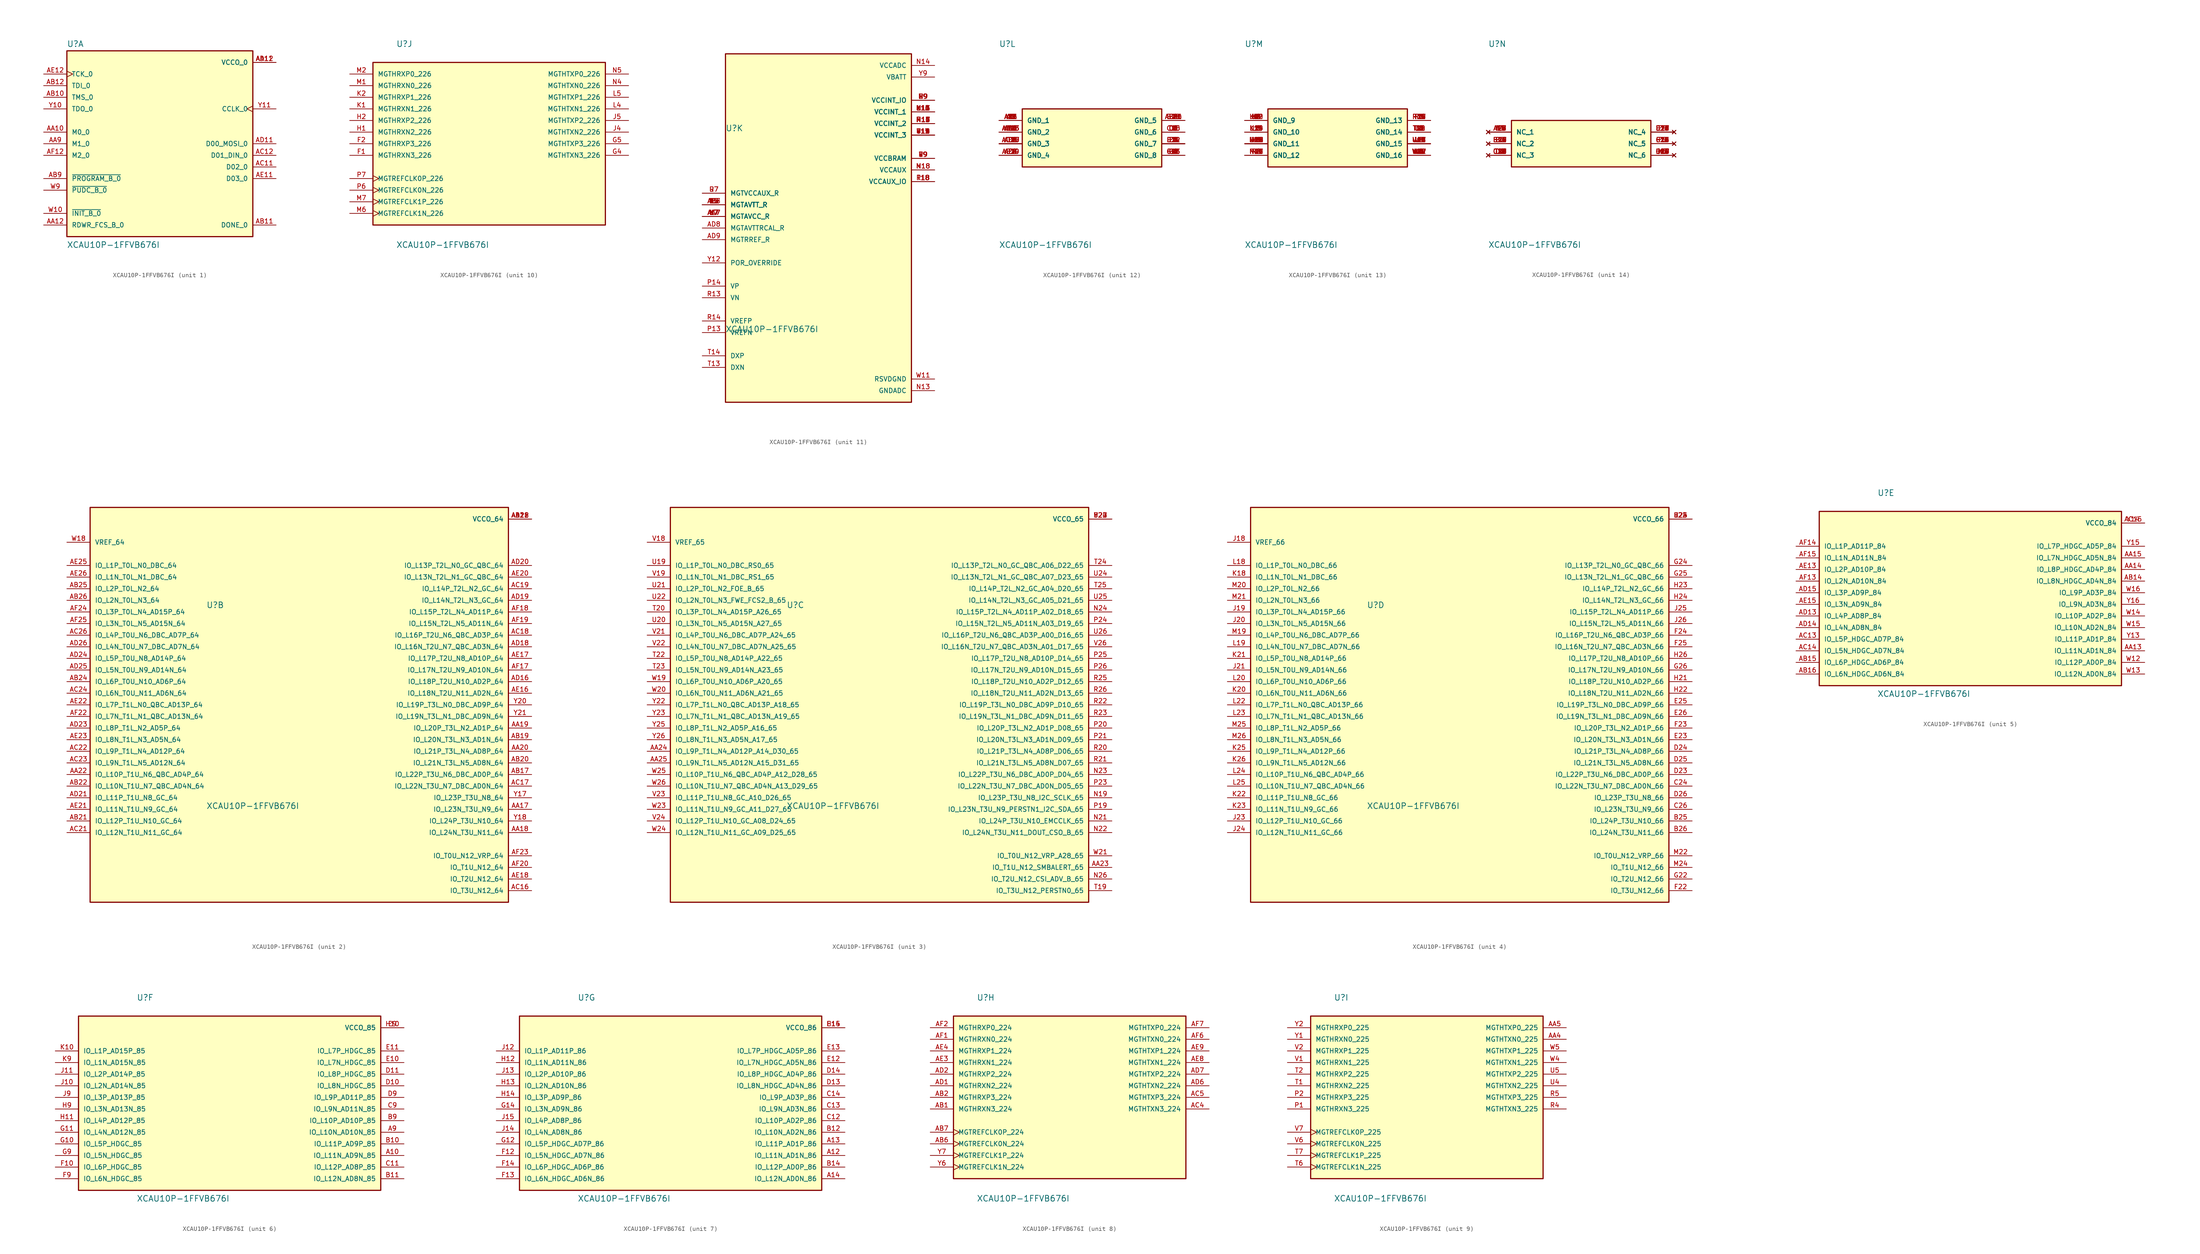
<source format=kicad_sym>
(kicad_symbol_lib
  (version 20231120)
  (generator "kicad_symbol_editor")
  (generator_version "8.0")
  (symbol "XCAU10P-1FFVB676I"
    (pin_names
      (offset 1.016))
    (property "Reference" "U"
      (at -20.32 21.082 0)
      (effects (font (size 1.27 1.27)) (justify left bottom)))
    (property "Value" "XCAU10P-1FFVB676I"
      (at -20.32 -22.86 0)
      (effects (font (size 1.27 1.27)) (justify left bottom)))
    (symbol "XCAU10P-1FFVB676I_1_0"
      (rectangle (start -20.32 -20.32) (end 20.32 20.32) (stroke (width 0.254) (type default)) (fill (type background)))
      (pin input line (at -25.4 2.54 0) (length 5.08) (name "M0_0" (effects (font (size 1.016 1.016)))) (number "AA10" (effects (font (size 1.016 1.016)))))
      (pin power_in line (at 25.4 17.78 180) (length 5.08) (name "VCCO_0" (effects (font (size 1.016 1.016)))) (number "AA11" (effects (font (size 1.016 1.016)))))
      (pin bidirectional line (at -25.4 -17.78 0) (length 5.08) (name "RDWR_FCS_B_0" (effects (font (size 1.016 1.016)))) (number "AA12" (effects (font (size 1.016 1.016)))))
      (pin input line (at -25.4 0 0) (length 5.08) (name "M1_0" (effects (font (size 1.016 1.016)))) (number "AA9" (effects (font (size 1.016 1.016)))))
      (pin input line (at -25.4 10.16 0) (length 5.08) (name "TMS_0" (effects (font (size 1.016 1.016)))) (number "AB10" (effects (font (size 1.016 1.016)))))
      (pin bidirectional line (at 25.4 -17.78 180) (length 5.08) (name "DONE_0" (effects (font (size 1.016 1.016)))) (number "AB11" (effects (font (size 1.016 1.016)))))
      (pin input line (at -25.4 12.7 0) (length 5.08) (name "TDI_0" (effects (font (size 1.016 1.016)))) (number "AB12" (effects (font (size 1.016 1.016)))))
      (pin input line (at -25.4 -7.62 0) (length 5.08) (name "~{PROGRAM_B_0}" (effects (font (size 1.016 1.016)))) (number "AB9" (effects (font (size 1.016 1.016)))))
      (pin bidirectional line (at 25.4 -5.08 180) (length 5.08) (name "D02_0" (effects (font (size 1.016 1.016)))) (number "AC11" (effects (font (size 1.016 1.016)))))
      (pin bidirectional line (at 25.4 -2.54 180) (length 5.08) (name "D01_DIN_0" (effects (font (size 1.016 1.016)))) (number "AC12" (effects (font (size 1.016 1.016)))))
      (pin bidirectional line (at 25.4 0 180) (length 5.08) (name "D00_MOSI_0" (effects (font (size 1.016 1.016)))) (number "AD11" (effects (font (size 1.016 1.016)))))
      (pin power_in line (at 25.4 17.78 180) (length 5.08) (name "VCCO_0" (effects (font (size 1.016 1.016)))) (number "AD12" (effects (font (size 1.016 1.016)))))
      (pin bidirectional line (at 25.4 -7.62 180) (length 5.08) (name "D03_0" (effects (font (size 1.016 1.016)))) (number "AE11" (effects (font (size 1.016 1.016)))))
      (pin input clock (at -25.4 15.24 0) (length 5.08) (name "TCK_0" (effects (font (size 1.016 1.016)))) (number "AE12" (effects (font (size 1.016 1.016)))))
      (pin input line (at -25.4 -2.54 0) (length 5.08) (name "M2_0" (effects (font (size 1.016 1.016)))) (number "AF12" (effects (font (size 1.016 1.016)))))
      (pin bidirectional line (at -25.4 -15.24 0) (length 5.08) (name "~{INIT_B_0}" (effects (font (size 1.016 1.016)))) (number "W10" (effects (font (size 1.016 1.016)))))
      (pin input line (at -25.4 -10.16 0) (length 5.08) (name "~{PUDC_B_0}" (effects (font (size 1.016 1.016)))) (number "W9" (effects (font (size 1.016 1.016)))))
      (pin output line (at -25.4 7.62 0) (length 5.08) (name "TDO_0" (effects (font (size 1.016 1.016)))) (number "Y10" (effects (font (size 1.016 1.016)))))
      (pin bidirectional clock (at 25.4 7.62 180) (length 5.08) (name "CCLK_0" (effects (font (size 1.016 1.016)))) (number "Y11" (effects (font (size 1.016 1.016))))))
    (symbol "XCAU10P-1FFVB676I_2_0"
      (rectangle (start -45.72 -43.18) (end 45.72 43.18) (stroke (width 0.254) (type default)) (fill (type background)))
      (pin bidirectional line (at 50.8 -22.86 180) (length 5.08) (name "IO_L23N_T3U_N9_64" (effects (font (size 1.016 1.016)))) (number "AA17" (effects (font (size 1.016 1.016)))))
      (pin bidirectional line (at 50.8 -27.94 180) (length 5.08) (name "IO_L24N_T3U_N11_64" (effects (font (size 1.016 1.016)))) (number "AA18" (effects (font (size 1.016 1.016)))))
      (pin bidirectional line (at 50.8 -5.08 180) (length 5.08) (name "IO_L20P_T3L_N2_AD1P_64" (effects (font (size 1.016 1.016)))) (number "AA19" (effects (font (size 1.016 1.016)))))
      (pin bidirectional line (at 50.8 -10.16 180) (length 5.08) (name "IO_L21P_T3L_N4_AD8P_64" (effects (font (size 1.016 1.016)))) (number "AA20" (effects (font (size 1.016 1.016)))))
      (pin power_in line (at 50.8 40.64 180) (length 5.08) (name "VCCO_64" (effects (font (size 1.016 1.016)))) (number "AA21" (effects (font (size 1.016 1.016)))))
      (pin bidirectional line (at -50.8 -15.24 0) (length 5.08) (name "IO_L10P_T1U_N6_QBC_AD4P_64" (effects (font (size 1.016 1.016)))) (number "AA22" (effects (font (size 1.016 1.016)))))
      (pin bidirectional line (at 50.8 -15.24 180) (length 5.08) (name "IO_L22P_T3U_N6_DBC_AD0P_64" (effects (font (size 1.016 1.016)))) (number "AB17" (effects (font (size 1.016 1.016)))))
      (pin power_in line (at 50.8 40.64 180) (length 5.08) (name "VCCO_64" (effects (font (size 1.016 1.016)))) (number "AB18" (effects (font (size 1.016 1.016)))))
      (pin bidirectional line (at 50.8 -7.62 180) (length 5.08) (name "IO_L20N_T3L_N3_AD1N_64" (effects (font (size 1.016 1.016)))) (number "AB19" (effects (font (size 1.016 1.016)))))
      (pin bidirectional line (at 50.8 -12.7 180) (length 5.08) (name "IO_L21N_T3L_N5_AD8N_64" (effects (font (size 1.016 1.016)))) (number "AB20" (effects (font (size 1.016 1.016)))))
      (pin bidirectional line (at -50.8 -25.4 0) (length 5.08) (name "IO_L12P_T1U_N10_GC_64" (effects (font (size 1.016 1.016)))) (number "AB21" (effects (font (size 1.016 1.016)))))
      (pin bidirectional line (at -50.8 -17.78 0) (length 5.08) (name "IO_L10N_T1U_N7_QBC_AD4N_64" (effects (font (size 1.016 1.016)))) (number "AB22" (effects (font (size 1.016 1.016)))))
      (pin bidirectional line (at -50.8 5.08 0) (length 5.08) (name "IO_L6P_T0U_N10_AD6P_64" (effects (font (size 1.016 1.016)))) (number "AB24" (effects (font (size 1.016 1.016)))))
      (pin bidirectional line (at -50.8 25.4 0) (length 5.08) (name "IO_L2P_T0L_N2_64" (effects (font (size 1.016 1.016)))) (number "AB25" (effects (font (size 1.016 1.016)))))
      (pin bidirectional line (at -50.8 22.86 0) (length 5.08) (name "IO_L2N_T0L_N3_64" (effects (font (size 1.016 1.016)))) (number "AB26" (effects (font (size 1.016 1.016)))))
      (pin bidirectional line (at 50.8 -40.64 180) (length 5.08) (name "IO_T3U_N12_64" (effects (font (size 1.016 1.016)))) (number "AC16" (effects (font (size 1.016 1.016)))))
      (pin bidirectional line (at 50.8 -17.78 180) (length 5.08) (name "IO_L22N_T3U_N7_DBC_AD0N_64" (effects (font (size 1.016 1.016)))) (number "AC17" (effects (font (size 1.016 1.016)))))
      (pin bidirectional line (at 50.8 15.24 180) (length 5.08) (name "IO_L16P_T2U_N6_QBC_AD3P_64" (effects (font (size 1.016 1.016)))) (number "AC18" (effects (font (size 1.016 1.016)))))
      (pin bidirectional line (at 50.8 25.4 180) (length 5.08) (name "IO_L14P_T2L_N2_GC_64" (effects (font (size 1.016 1.016)))) (number "AC19" (effects (font (size 1.016 1.016)))))
      (pin bidirectional line (at -50.8 -27.94 0) (length 5.08) (name "IO_L12N_T1U_N11_GC_64" (effects (font (size 1.016 1.016)))) (number "AC21" (effects (font (size 1.016 1.016)))))
      (pin bidirectional line (at -50.8 -10.16 0) (length 5.08) (name "IO_L9P_T1L_N4_AD12P_64" (effects (font (size 1.016 1.016)))) (number "AC22" (effects (font (size 1.016 1.016)))))
      (pin bidirectional line (at -50.8 -12.7 0) (length 5.08) (name "IO_L9N_T1L_N5_AD12N_64" (effects (font (size 1.016 1.016)))) (number "AC23" (effects (font (size 1.016 1.016)))))
      (pin bidirectional line (at -50.8 2.54 0) (length 5.08) (name "IO_L6N_T0U_N11_AD6N_64" (effects (font (size 1.016 1.016)))) (number "AC24" (effects (font (size 1.016 1.016)))))
      (pin bidirectional line (at -50.8 15.24 0) (length 5.08) (name "IO_L4P_T0U_N6_DBC_AD7P_64" (effects (font (size 1.016 1.016)))) (number "AC26" (effects (font (size 1.016 1.016)))))
      (pin bidirectional line (at 50.8 5.08 180) (length 5.08) (name "IO_L18P_T2U_N10_AD2P_64" (effects (font (size 1.016 1.016)))) (number "AD16" (effects (font (size 1.016 1.016)))))
      (pin bidirectional line (at 50.8 12.7 180) (length 5.08) (name "IO_L16N_T2U_N7_QBC_AD3N_64" (effects (font (size 1.016 1.016)))) (number "AD18" (effects (font (size 1.016 1.016)))))
      (pin bidirectional line (at 50.8 22.86 180) (length 5.08) (name "IO_L14N_T2L_N3_GC_64" (effects (font (size 1.016 1.016)))) (number "AD19" (effects (font (size 1.016 1.016)))))
      (pin bidirectional line (at 50.8 30.48 180) (length 5.08) (name "IO_L13P_T2L_N0_GC_QBC_64" (effects (font (size 1.016 1.016)))) (number "AD20" (effects (font (size 1.016 1.016)))))
      (pin bidirectional line (at -50.8 -20.32 0) (length 5.08) (name "IO_L11P_T1U_N8_GC_64" (effects (font (size 1.016 1.016)))) (number "AD21" (effects (font (size 1.016 1.016)))))
      (pin power_in line (at 50.8 40.64 180) (length 5.08) (name "VCCO_64" (effects (font (size 1.016 1.016)))) (number "AD22" (effects (font (size 1.016 1.016)))))
      (pin bidirectional line (at -50.8 -5.08 0) (length 5.08) (name "IO_L8P_T1L_N2_AD5P_64" (effects (font (size 1.016 1.016)))) (number "AD23" (effects (font (size 1.016 1.016)))))
      (pin bidirectional line (at -50.8 10.16 0) (length 5.08) (name "IO_L5P_T0U_N8_AD14P_64" (effects (font (size 1.016 1.016)))) (number "AD24" (effects (font (size 1.016 1.016)))))
      (pin bidirectional line (at -50.8 7.62 0) (length 5.08) (name "IO_L5N_T0U_N9_AD14N_64" (effects (font (size 1.016 1.016)))) (number "AD25" (effects (font (size 1.016 1.016)))))
      (pin bidirectional line (at -50.8 12.7 0) (length 5.08) (name "IO_L4N_T0U_N7_DBC_AD7N_64" (effects (font (size 1.016 1.016)))) (number "AD26" (effects (font (size 1.016 1.016)))))
      (pin bidirectional line (at 50.8 2.54 180) (length 5.08) (name "IO_L18N_T2U_N11_AD2N_64" (effects (font (size 1.016 1.016)))) (number "AE16" (effects (font (size 1.016 1.016)))))
      (pin bidirectional line (at 50.8 10.16 180) (length 5.08) (name "IO_L17P_T2U_N8_AD10P_64" (effects (font (size 1.016 1.016)))) (number "AE17" (effects (font (size 1.016 1.016)))))
      (pin bidirectional line (at 50.8 -38.1 180) (length 5.08) (name "IO_T2U_N12_64" (effects (font (size 1.016 1.016)))) (number "AE18" (effects (font (size 1.016 1.016)))))
      (pin bidirectional line (at 50.8 27.94 180) (length 5.08) (name "IO_L13N_T2L_N1_GC_QBC_64" (effects (font (size 1.016 1.016)))) (number "AE20" (effects (font (size 1.016 1.016)))))
      (pin bidirectional line (at -50.8 -22.86 0) (length 5.08) (name "IO_L11N_T1U_N9_GC_64" (effects (font (size 1.016 1.016)))) (number "AE21" (effects (font (size 1.016 1.016)))))
      (pin bidirectional line (at -50.8 0 0) (length 5.08) (name "IO_L7P_T1L_N0_QBC_AD13P_64" (effects (font (size 1.016 1.016)))) (number "AE22" (effects (font (size 1.016 1.016)))))
      (pin bidirectional line (at -50.8 -7.62 0) (length 5.08) (name "IO_L8N_T1L_N3_AD5N_64" (effects (font (size 1.016 1.016)))) (number "AE23" (effects (font (size 1.016 1.016)))))
      (pin bidirectional line (at -50.8 30.48 0) (length 5.08) (name "IO_L1P_T0L_N0_DBC_64" (effects (font (size 1.016 1.016)))) (number "AE25" (effects (font (size 1.016 1.016)))))
      (pin bidirectional line (at -50.8 27.94 0) (length 5.08) (name "IO_L1N_T0L_N1_DBC_64" (effects (font (size 1.016 1.016)))) (number "AE26" (effects (font (size 1.016 1.016)))))
      (pin bidirectional line (at 50.8 7.62 180) (length 5.08) (name "IO_L17N_T2U_N9_AD10N_64" (effects (font (size 1.016 1.016)))) (number "AF17" (effects (font (size 1.016 1.016)))))
      (pin bidirectional line (at 50.8 20.32 180) (length 5.08) (name "IO_L15P_T2L_N4_AD11P_64" (effects (font (size 1.016 1.016)))) (number "AF18" (effects (font (size 1.016 1.016)))))
      (pin bidirectional line (at 50.8 17.78 180) (length 5.08) (name "IO_L15N_T2L_N5_AD11N_64" (effects (font (size 1.016 1.016)))) (number "AF19" (effects (font (size 1.016 1.016)))))
      (pin bidirectional line (at 50.8 -35.56 180) (length 5.08) (name "IO_T1U_N12_64" (effects (font (size 1.016 1.016)))) (number "AF20" (effects (font (size 1.016 1.016)))))
      (pin bidirectional line (at -50.8 -2.54 0) (length 5.08) (name "IO_L7N_T1L_N1_QBC_AD13N_64" (effects (font (size 1.016 1.016)))) (number "AF22" (effects (font (size 1.016 1.016)))))
      (pin bidirectional line (at 50.8 -33.02 180) (length 5.08) (name "IO_T0U_N12_VRP_64" (effects (font (size 1.016 1.016)))) (number "AF23" (effects (font (size 1.016 1.016)))))
      (pin bidirectional line (at -50.8 20.32 0) (length 5.08) (name "IO_L3P_T0L_N4_AD15P_64" (effects (font (size 1.016 1.016)))) (number "AF24" (effects (font (size 1.016 1.016)))))
      (pin bidirectional line (at -50.8 17.78 0) (length 5.08) (name "IO_L3N_T0L_N5_AD15N_64" (effects (font (size 1.016 1.016)))) (number "AF25" (effects (font (size 1.016 1.016)))))
      (pin input line (at -50.8 35.56 0) (length 5.08) (name "VREF_64" (effects (font (size 1.016 1.016)))) (number "W18" (effects (font (size 1.016 1.016)))))
      (pin bidirectional line (at 50.8 -20.32 180) (length 5.08) (name "IO_L23P_T3U_N8_64" (effects (font (size 1.016 1.016)))) (number "Y17" (effects (font (size 1.016 1.016)))))
      (pin bidirectional line (at 50.8 -25.4 180) (length 5.08) (name "IO_L24P_T3U_N10_64" (effects (font (size 1.016 1.016)))) (number "Y18" (effects (font (size 1.016 1.016)))))
      (pin bidirectional line (at 50.8 0 180) (length 5.08) (name "IO_L19P_T3L_N0_DBC_AD9P_64" (effects (font (size 1.016 1.016)))) (number "Y20" (effects (font (size 1.016 1.016)))))
      (pin bidirectional line (at 50.8 -2.54 180) (length 5.08) (name "IO_L19N_T3L_N1_DBC_AD9N_64" (effects (font (size 1.016 1.016)))) (number "Y21" (effects (font (size 1.016 1.016))))))
    (symbol "XCAU10P-1FFVB676I_3_0"
      (rectangle (start -45.72 -43.18) (end 45.72 43.18) (stroke (width 0.254) (type default)) (fill (type background)))
      (pin bidirectional line (at 50.8 -35.56 180) (length 5.08) (name "IO_T1U_N12_SMBALERT_65" (effects (font (size 1.016 1.016)))) (number "AA23" (effects (font (size 1.016 1.016)))))
      (pin bidirectional line (at -50.8 -10.16 0) (length 5.08) (name "IO_L9P_T1L_N4_AD12P_A14_D30_65" (effects (font (size 1.016 1.016)))) (number "AA24" (effects (font (size 1.016 1.016)))))
      (pin bidirectional line (at -50.8 -12.7 0) (length 5.08) (name "IO_L9N_T1L_N5_AD12N_A15_D31_65" (effects (font (size 1.016 1.016)))) (number "AA25" (effects (font (size 1.016 1.016)))))
      (pin bidirectional line (at 50.8 -20.32 180) (length 5.08) (name "IO_L23P_T3U_N8_I2C_SCLK_65" (effects (font (size 1.016 1.016)))) (number "N19" (effects (font (size 1.016 1.016)))))
      (pin bidirectional line (at 50.8 -25.4 180) (length 5.08) (name "IO_L24P_T3U_N10_EMCCLK_65" (effects (font (size 1.016 1.016)))) (number "N21" (effects (font (size 1.016 1.016)))))
      (pin bidirectional line (at 50.8 -27.94 180) (length 5.08) (name "IO_L24N_T3U_N11_DOUT_CSO_B_65" (effects (font (size 1.016 1.016)))) (number "N22" (effects (font (size 1.016 1.016)))))
      (pin bidirectional line (at 50.8 -15.24 180) (length 5.08) (name "IO_L22P_T3U_N6_DBC_AD0P_D04_65" (effects (font (size 1.016 1.016)))) (number "N23" (effects (font (size 1.016 1.016)))))
      (pin bidirectional line (at 50.8 20.32 180) (length 5.08) (name "IO_L15P_T2L_N4_AD11P_A02_D18_65" (effects (font (size 1.016 1.016)))) (number "N24" (effects (font (size 1.016 1.016)))))
      (pin bidirectional line (at 50.8 -38.1 180) (length 5.08) (name "IO_T2U_N12_CSI_ADV_B_65" (effects (font (size 1.016 1.016)))) (number "N26" (effects (font (size 1.016 1.016)))))
      (pin bidirectional line (at 50.8 -22.86 180) (length 5.08) (name "IO_L23N_T3U_N9_PERSTN1_I2C_SDA_65" (effects (font (size 1.016 1.016)))) (number "P19" (effects (font (size 1.016 1.016)))))
      (pin bidirectional line (at 50.8 -5.08 180) (length 5.08) (name "IO_L20P_T3L_N2_AD1P_D08_65" (effects (font (size 1.016 1.016)))) (number "P20" (effects (font (size 1.016 1.016)))))
      (pin bidirectional line (at 50.8 -7.62 180) (length 5.08) (name "IO_L20N_T3L_N3_AD1N_D09_65" (effects (font (size 1.016 1.016)))) (number "P21" (effects (font (size 1.016 1.016)))))
      (pin power_in line (at 50.8 40.64 180) (length 5.08) (name "VCCO_65" (effects (font (size 1.016 1.016)))) (number "P22" (effects (font (size 1.016 1.016)))))
      (pin bidirectional line (at 50.8 -17.78 180) (length 5.08) (name "IO_L22N_T3U_N7_DBC_AD0N_D05_65" (effects (font (size 1.016 1.016)))) (number "P23" (effects (font (size 1.016 1.016)))))
      (pin bidirectional line (at 50.8 17.78 180) (length 5.08) (name "IO_L15N_T2L_N5_AD11N_A03_D19_65" (effects (font (size 1.016 1.016)))) (number "P24" (effects (font (size 1.016 1.016)))))
      (pin bidirectional line (at 50.8 10.16 180) (length 5.08) (name "IO_L17P_T2U_N8_AD10P_D14_65" (effects (font (size 1.016 1.016)))) (number "P25" (effects (font (size 1.016 1.016)))))
      (pin bidirectional line (at 50.8 7.62 180) (length 5.08) (name "IO_L17N_T2U_N9_AD10N_D15_65" (effects (font (size 1.016 1.016)))) (number "P26" (effects (font (size 1.016 1.016)))))
      (pin bidirectional line (at 50.8 -10.16 180) (length 5.08) (name "IO_L21P_T3L_N4_AD8P_D06_65" (effects (font (size 1.016 1.016)))) (number "R20" (effects (font (size 1.016 1.016)))))
      (pin bidirectional line (at 50.8 -12.7 180) (length 5.08) (name "IO_L21N_T3L_N5_AD8N_D07_65" (effects (font (size 1.016 1.016)))) (number "R21" (effects (font (size 1.016 1.016)))))
      (pin bidirectional line (at 50.8 0 180) (length 5.08) (name "IO_L19P_T3L_N0_DBC_AD9P_D10_65" (effects (font (size 1.016 1.016)))) (number "R22" (effects (font (size 1.016 1.016)))))
      (pin bidirectional line (at 50.8 -2.54 180) (length 5.08) (name "IO_L19N_T3L_N1_DBC_AD9N_D11_65" (effects (font (size 1.016 1.016)))) (number "R23" (effects (font (size 1.016 1.016)))))
      (pin bidirectional line (at 50.8 5.08 180) (length 5.08) (name "IO_L18P_T2U_N10_AD2P_D12_65" (effects (font (size 1.016 1.016)))) (number "R25" (effects (font (size 1.016 1.016)))))
      (pin bidirectional line (at 50.8 2.54 180) (length 5.08) (name "IO_L18N_T2U_N11_AD2N_D13_65" (effects (font (size 1.016 1.016)))) (number "R26" (effects (font (size 1.016 1.016)))))
      (pin bidirectional line (at 50.8 -40.64 180) (length 5.08) (name "IO_T3U_N12_PERSTN0_65" (effects (font (size 1.016 1.016)))) (number "T19" (effects (font (size 1.016 1.016)))))
      (pin bidirectional line (at -50.8 20.32 0) (length 5.08) (name "IO_L3P_T0L_N4_AD15P_A26_65" (effects (font (size 1.016 1.016)))) (number "T20" (effects (font (size 1.016 1.016)))))
      (pin bidirectional line (at -50.8 10.16 0) (length 5.08) (name "IO_L5P_T0U_N8_AD14P_A22_65" (effects (font (size 1.016 1.016)))) (number "T22" (effects (font (size 1.016 1.016)))))
      (pin bidirectional line (at -50.8 7.62 0) (length 5.08) (name "IO_L5N_T0U_N9_AD14N_A23_65" (effects (font (size 1.016 1.016)))) (number "T23" (effects (font (size 1.016 1.016)))))
      (pin bidirectional line (at 50.8 30.48 180) (length 5.08) (name "IO_L13P_T2L_N0_GC_QBC_A06_D22_65" (effects (font (size 1.016 1.016)))) (number "T24" (effects (font (size 1.016 1.016)))))
      (pin bidirectional line (at 50.8 25.4 180) (length 5.08) (name "IO_L14P_T2L_N2_GC_A04_D20_65" (effects (font (size 1.016 1.016)))) (number "T25" (effects (font (size 1.016 1.016)))))
      (pin bidirectional line (at -50.8 30.48 0) (length 5.08) (name "IO_L1P_T0L_N0_DBC_RS0_65" (effects (font (size 1.016 1.016)))) (number "U19" (effects (font (size 1.016 1.016)))))
      (pin bidirectional line (at -50.8 17.78 0) (length 5.08) (name "IO_L3N_T0L_N5_AD15N_A27_65" (effects (font (size 1.016 1.016)))) (number "U20" (effects (font (size 1.016 1.016)))))
      (pin bidirectional line (at -50.8 25.4 0) (length 5.08) (name "IO_L2P_T0L_N2_FOE_B_65" (effects (font (size 1.016 1.016)))) (number "U21" (effects (font (size 1.016 1.016)))))
      (pin bidirectional line (at -50.8 22.86 0) (length 5.08) (name "IO_L2N_T0L_N3_FWE_FCS2_B_65" (effects (font (size 1.016 1.016)))) (number "U22" (effects (font (size 1.016 1.016)))))
      (pin power_in line (at 50.8 40.64 180) (length 5.08) (name "VCCO_65" (effects (font (size 1.016 1.016)))) (number "U23" (effects (font (size 1.016 1.016)))))
      (pin bidirectional line (at 50.8 27.94 180) (length 5.08) (name "IO_L13N_T2L_N1_GC_QBC_A07_D23_65" (effects (font (size 1.016 1.016)))) (number "U24" (effects (font (size 1.016 1.016)))))
      (pin bidirectional line (at 50.8 22.86 180) (length 5.08) (name "IO_L14N_T2L_N3_GC_A05_D21_65" (effects (font (size 1.016 1.016)))) (number "U25" (effects (font (size 1.016 1.016)))))
      (pin bidirectional line (at 50.8 15.24 180) (length 5.08) (name "IO_L16P_T2U_N6_QBC_AD3P_A00_D16_65" (effects (font (size 1.016 1.016)))) (number "U26" (effects (font (size 1.016 1.016)))))
      (pin input line (at -50.8 35.56 0) (length 5.08) (name "VREF_65" (effects (font (size 1.016 1.016)))) (number "V18" (effects (font (size 1.016 1.016)))))
      (pin bidirectional line (at -50.8 27.94 0) (length 5.08) (name "IO_L1N_T0L_N1_DBC_RS1_65" (effects (font (size 1.016 1.016)))) (number "V19" (effects (font (size 1.016 1.016)))))
      (pin bidirectional line (at -50.8 15.24 0) (length 5.08) (name "IO_L4P_T0U_N6_DBC_AD7P_A24_65" (effects (font (size 1.016 1.016)))) (number "V21" (effects (font (size 1.016 1.016)))))
      (pin bidirectional line (at -50.8 12.7 0) (length 5.08) (name "IO_L4N_T0U_N7_DBC_AD7N_A25_65" (effects (font (size 1.016 1.016)))) (number "V22" (effects (font (size 1.016 1.016)))))
      (pin bidirectional line (at -50.8 -20.32 0) (length 5.08) (name "IO_L11P_T1U_N8_GC_A10_D26_65" (effects (font (size 1.016 1.016)))) (number "V23" (effects (font (size 1.016 1.016)))))
      (pin bidirectional line (at -50.8 -25.4 0) (length 5.08) (name "IO_L12P_T1U_N10_GC_A08_D24_65" (effects (font (size 1.016 1.016)))) (number "V24" (effects (font (size 1.016 1.016)))))
      (pin bidirectional line (at 50.8 12.7 180) (length 5.08) (name "IO_L16N_T2U_N7_QBC_AD3N_A01_D17_65" (effects (font (size 1.016 1.016)))) (number "V26" (effects (font (size 1.016 1.016)))))
      (pin bidirectional line (at -50.8 5.08 0) (length 5.08) (name "IO_L6P_T0U_N10_AD6P_A20_65" (effects (font (size 1.016 1.016)))) (number "W19" (effects (font (size 1.016 1.016)))))
      (pin bidirectional line (at -50.8 2.54 0) (length 5.08) (name "IO_L6N_T0U_N11_AD6N_A21_65" (effects (font (size 1.016 1.016)))) (number "W20" (effects (font (size 1.016 1.016)))))
      (pin bidirectional line (at 50.8 -33.02 180) (length 5.08) (name "IO_T0U_N12_VRP_A28_65" (effects (font (size 1.016 1.016)))) (number "W21" (effects (font (size 1.016 1.016)))))
      (pin bidirectional line (at -50.8 -22.86 0) (length 5.08) (name "IO_L11N_T1U_N9_GC_A11_D27_65" (effects (font (size 1.016 1.016)))) (number "W23" (effects (font (size 1.016 1.016)))))
      (pin bidirectional line (at -50.8 -27.94 0) (length 5.08) (name "IO_L12N_T1U_N11_GC_A09_D25_65" (effects (font (size 1.016 1.016)))) (number "W24" (effects (font (size 1.016 1.016)))))
      (pin bidirectional line (at -50.8 -15.24 0) (length 5.08) (name "IO_L10P_T1U_N6_QBC_AD4P_A12_D28_65" (effects (font (size 1.016 1.016)))) (number "W25" (effects (font (size 1.016 1.016)))))
      (pin bidirectional line (at -50.8 -17.78 0) (length 5.08) (name "IO_L10N_T1U_N7_QBC_AD4N_A13_D29_65" (effects (font (size 1.016 1.016)))) (number "W26" (effects (font (size 1.016 1.016)))))
      (pin bidirectional line (at -50.8 0 0) (length 5.08) (name "IO_L7P_T1L_N0_QBC_AD13P_A18_65" (effects (font (size 1.016 1.016)))) (number "Y22" (effects (font (size 1.016 1.016)))))
      (pin bidirectional line (at -50.8 -2.54 0) (length 5.08) (name "IO_L7N_T1L_N1_QBC_AD13N_A19_65" (effects (font (size 1.016 1.016)))) (number "Y23" (effects (font (size 1.016 1.016)))))
      (pin power_in line (at 50.8 40.64 180) (length 5.08) (name "VCCO_65" (effects (font (size 1.016 1.016)))) (number "Y24" (effects (font (size 1.016 1.016)))))
      (pin bidirectional line (at -50.8 -5.08 0) (length 5.08) (name "IO_L8P_T1L_N2_AD5P_A16_65" (effects (font (size 1.016 1.016)))) (number "Y25" (effects (font (size 1.016 1.016)))))
      (pin bidirectional line (at -50.8 -7.62 0) (length 5.08) (name "IO_L8N_T1L_N3_AD5N_A17_65" (effects (font (size 1.016 1.016)))) (number "Y26" (effects (font (size 1.016 1.016))))))
    (symbol "XCAU10P-1FFVB676I_4_0"
      (rectangle (start -45.72 -43.18) (end 45.72 43.18) (stroke (width 0.254) (type default)) (fill (type background)))
      (pin bidirectional line (at 50.8 -25.4 180) (length 5.08) (name "IO_L24P_T3U_N10_66" (effects (font (size 1.016 1.016)))) (number "B25" (effects (font (size 1.016 1.016)))))
      (pin bidirectional line (at 50.8 -27.94 180) (length 5.08) (name "IO_L24N_T3U_N11_66" (effects (font (size 1.016 1.016)))) (number "B26" (effects (font (size 1.016 1.016)))))
      (pin bidirectional line (at 50.8 -17.78 180) (length 5.08) (name "IO_L22N_T3U_N7_DBC_AD0N_66" (effects (font (size 1.016 1.016)))) (number "C24" (effects (font (size 1.016 1.016)))))
      (pin bidirectional line (at 50.8 -22.86 180) (length 5.08) (name "IO_L23N_T3U_N9_66" (effects (font (size 1.016 1.016)))) (number "C26" (effects (font (size 1.016 1.016)))))
      (pin bidirectional line (at 50.8 -15.24 180) (length 5.08) (name "IO_L22P_T3U_N6_DBC_AD0P_66" (effects (font (size 1.016 1.016)))) (number "D23" (effects (font (size 1.016 1.016)))))
      (pin bidirectional line (at 50.8 -10.16 180) (length 5.08) (name "IO_L21P_T3L_N4_AD8P_66" (effects (font (size 1.016 1.016)))) (number "D24" (effects (font (size 1.016 1.016)))))
      (pin bidirectional line (at 50.8 -12.7 180) (length 5.08) (name "IO_L21N_T3L_N5_AD8N_66" (effects (font (size 1.016 1.016)))) (number "D25" (effects (font (size 1.016 1.016)))))
      (pin bidirectional line (at 50.8 -20.32 180) (length 5.08) (name "IO_L23P_T3U_N8_66" (effects (font (size 1.016 1.016)))) (number "D26" (effects (font (size 1.016 1.016)))))
      (pin bidirectional line (at 50.8 -7.62 180) (length 5.08) (name "IO_L20N_T3L_N3_AD1N_66" (effects (font (size 1.016 1.016)))) (number "E23" (effects (font (size 1.016 1.016)))))
      (pin power_in line (at 50.8 40.64 180) (length 5.08) (name "VCCO_66" (effects (font (size 1.016 1.016)))) (number "E24" (effects (font (size 1.016 1.016)))))
      (pin bidirectional line (at 50.8 0 180) (length 5.08) (name "IO_L19P_T3L_N0_DBC_AD9P_66" (effects (font (size 1.016 1.016)))) (number "E25" (effects (font (size 1.016 1.016)))))
      (pin bidirectional line (at 50.8 -2.54 180) (length 5.08) (name "IO_L19N_T3L_N1_DBC_AD9N_66" (effects (font (size 1.016 1.016)))) (number "E26" (effects (font (size 1.016 1.016)))))
      (pin bidirectional line (at 50.8 -40.64 180) (length 5.08) (name "IO_T3U_N12_66" (effects (font (size 1.016 1.016)))) (number "F22" (effects (font (size 1.016 1.016)))))
      (pin bidirectional line (at 50.8 -5.08 180) (length 5.08) (name "IO_L20P_T3L_N2_AD1P_66" (effects (font (size 1.016 1.016)))) (number "F23" (effects (font (size 1.016 1.016)))))
      (pin bidirectional line (at 50.8 15.24 180) (length 5.08) (name "IO_L16P_T2U_N6_QBC_AD3P_66" (effects (font (size 1.016 1.016)))) (number "F24" (effects (font (size 1.016 1.016)))))
      (pin bidirectional line (at 50.8 12.7 180) (length 5.08) (name "IO_L16N_T2U_N7_QBC_AD3N_66" (effects (font (size 1.016 1.016)))) (number "F25" (effects (font (size 1.016 1.016)))))
      (pin bidirectional line (at 50.8 -38.1 180) (length 5.08) (name "IO_T2U_N12_66" (effects (font (size 1.016 1.016)))) (number "G22" (effects (font (size 1.016 1.016)))))
      (pin bidirectional line (at 50.8 30.48 180) (length 5.08) (name "IO_L13P_T2L_N0_GC_QBC_66" (effects (font (size 1.016 1.016)))) (number "G24" (effects (font (size 1.016 1.016)))))
      (pin bidirectional line (at 50.8 27.94 180) (length 5.08) (name "IO_L13N_T2L_N1_GC_QBC_66" (effects (font (size 1.016 1.016)))) (number "G25" (effects (font (size 1.016 1.016)))))
      (pin bidirectional line (at 50.8 7.62 180) (length 5.08) (name "IO_L17N_T2U_N9_AD10N_66" (effects (font (size 1.016 1.016)))) (number "G26" (effects (font (size 1.016 1.016)))))
      (pin bidirectional line (at 50.8 5.08 180) (length 5.08) (name "IO_L18P_T2U_N10_AD2P_66" (effects (font (size 1.016 1.016)))) (number "H21" (effects (font (size 1.016 1.016)))))
      (pin bidirectional line (at 50.8 2.54 180) (length 5.08) (name "IO_L18N_T2U_N11_AD2N_66" (effects (font (size 1.016 1.016)))) (number "H22" (effects (font (size 1.016 1.016)))))
      (pin bidirectional line (at 50.8 25.4 180) (length 5.08) (name "IO_L14P_T2L_N2_GC_66" (effects (font (size 1.016 1.016)))) (number "H23" (effects (font (size 1.016 1.016)))))
      (pin bidirectional line (at 50.8 22.86 180) (length 5.08) (name "IO_L14N_T2L_N3_GC_66" (effects (font (size 1.016 1.016)))) (number "H24" (effects (font (size 1.016 1.016)))))
      (pin power_in line (at 50.8 40.64 180) (length 5.08) (name "VCCO_66" (effects (font (size 1.016 1.016)))) (number "H25" (effects (font (size 1.016 1.016)))))
      (pin bidirectional line (at 50.8 10.16 180) (length 5.08) (name "IO_L17P_T2U_N8_AD10P_66" (effects (font (size 1.016 1.016)))) (number "H26" (effects (font (size 1.016 1.016)))))
      (pin input line (at -50.8 35.56 0) (length 5.08) (name "VREF_66" (effects (font (size 1.016 1.016)))) (number "J18" (effects (font (size 1.016 1.016)))))
      (pin bidirectional line (at -50.8 20.32 0) (length 5.08) (name "IO_L3P_T0L_N4_AD15P_66" (effects (font (size 1.016 1.016)))) (number "J19" (effects (font (size 1.016 1.016)))))
      (pin bidirectional line (at -50.8 17.78 0) (length 5.08) (name "IO_L3N_T0L_N5_AD15N_66" (effects (font (size 1.016 1.016)))) (number "J20" (effects (font (size 1.016 1.016)))))
      (pin bidirectional line (at -50.8 7.62 0) (length 5.08) (name "IO_L5N_T0U_N9_AD14N_66" (effects (font (size 1.016 1.016)))) (number "J21" (effects (font (size 1.016 1.016)))))
      (pin power_in line (at 50.8 40.64 180) (length 5.08) (name "VCCO_66" (effects (font (size 1.016 1.016)))) (number "J22" (effects (font (size 1.016 1.016)))))
      (pin bidirectional line (at -50.8 -25.4 0) (length 5.08) (name "IO_L12P_T1U_N10_GC_66" (effects (font (size 1.016 1.016)))) (number "J23" (effects (font (size 1.016 1.016)))))
      (pin bidirectional line (at -50.8 -27.94 0) (length 5.08) (name "IO_L12N_T1U_N11_GC_66" (effects (font (size 1.016 1.016)))) (number "J24" (effects (font (size 1.016 1.016)))))
      (pin bidirectional line (at 50.8 20.32 180) (length 5.08) (name "IO_L15P_T2L_N4_AD11P_66" (effects (font (size 1.016 1.016)))) (number "J25" (effects (font (size 1.016 1.016)))))
      (pin bidirectional line (at 50.8 17.78 180) (length 5.08) (name "IO_L15N_T2L_N5_AD11N_66" (effects (font (size 1.016 1.016)))) (number "J26" (effects (font (size 1.016 1.016)))))
      (pin bidirectional line (at -50.8 27.94 0) (length 5.08) (name "IO_L1N_T0L_N1_DBC_66" (effects (font (size 1.016 1.016)))) (number "K18" (effects (font (size 1.016 1.016)))))
      (pin bidirectional line (at -50.8 2.54 0) (length 5.08) (name "IO_L6N_T0U_N11_AD6N_66" (effects (font (size 1.016 1.016)))) (number "K20" (effects (font (size 1.016 1.016)))))
      (pin bidirectional line (at -50.8 10.16 0) (length 5.08) (name "IO_L5P_T0U_N8_AD14P_66" (effects (font (size 1.016 1.016)))) (number "K21" (effects (font (size 1.016 1.016)))))
      (pin bidirectional line (at -50.8 -20.32 0) (length 5.08) (name "IO_L11P_T1U_N8_GC_66" (effects (font (size 1.016 1.016)))) (number "K22" (effects (font (size 1.016 1.016)))))
      (pin bidirectional line (at -50.8 -22.86 0) (length 5.08) (name "IO_L11N_T1U_N9_GC_66" (effects (font (size 1.016 1.016)))) (number "K23" (effects (font (size 1.016 1.016)))))
      (pin bidirectional line (at -50.8 -10.16 0) (length 5.08) (name "IO_L9P_T1L_N4_AD12P_66" (effects (font (size 1.016 1.016)))) (number "K25" (effects (font (size 1.016 1.016)))))
      (pin bidirectional line (at -50.8 -12.7 0) (length 5.08) (name "IO_L9N_T1L_N5_AD12N_66" (effects (font (size 1.016 1.016)))) (number "K26" (effects (font (size 1.016 1.016)))))
      (pin bidirectional line (at -50.8 30.48 0) (length 5.08) (name "IO_L1P_T0L_N0_DBC_66" (effects (font (size 1.016 1.016)))) (number "L18" (effects (font (size 1.016 1.016)))))
      (pin bidirectional line (at -50.8 12.7 0) (length 5.08) (name "IO_L4N_T0U_N7_DBC_AD7N_66" (effects (font (size 1.016 1.016)))) (number "L19" (effects (font (size 1.016 1.016)))))
      (pin bidirectional line (at -50.8 5.08 0) (length 5.08) (name "IO_L6P_T0U_N10_AD6P_66" (effects (font (size 1.016 1.016)))) (number "L20" (effects (font (size 1.016 1.016)))))
      (pin bidirectional line (at -50.8 0 0) (length 5.08) (name "IO_L7P_T1L_N0_QBC_AD13P_66" (effects (font (size 1.016 1.016)))) (number "L22" (effects (font (size 1.016 1.016)))))
      (pin bidirectional line (at -50.8 -2.54 0) (length 5.08) (name "IO_L7N_T1L_N1_QBC_AD13N_66" (effects (font (size 1.016 1.016)))) (number "L23" (effects (font (size 1.016 1.016)))))
      (pin bidirectional line (at -50.8 -15.24 0) (length 5.08) (name "IO_L10P_T1U_N6_QBC_AD4P_66" (effects (font (size 1.016 1.016)))) (number "L24" (effects (font (size 1.016 1.016)))))
      (pin bidirectional line (at -50.8 -17.78 0) (length 5.08) (name "IO_L10N_T1U_N7_QBC_AD4N_66" (effects (font (size 1.016 1.016)))) (number "L25" (effects (font (size 1.016 1.016)))))
      (pin bidirectional line (at -50.8 15.24 0) (length 5.08) (name "IO_L4P_T0U_N6_DBC_AD7P_66" (effects (font (size 1.016 1.016)))) (number "M19" (effects (font (size 1.016 1.016)))))
      (pin bidirectional line (at -50.8 25.4 0) (length 5.08) (name "IO_L2P_T0L_N2_66" (effects (font (size 1.016 1.016)))) (number "M20" (effects (font (size 1.016 1.016)))))
      (pin bidirectional line (at -50.8 22.86 0) (length 5.08) (name "IO_L2N_T0L_N3_66" (effects (font (size 1.016 1.016)))) (number "M21" (effects (font (size 1.016 1.016)))))
      (pin bidirectional line (at 50.8 -33.02 180) (length 5.08) (name "IO_T0U_N12_VRP_66" (effects (font (size 1.016 1.016)))) (number "M22" (effects (font (size 1.016 1.016)))))
      (pin bidirectional line (at 50.8 -35.56 180) (length 5.08) (name "IO_T1U_N12_66" (effects (font (size 1.016 1.016)))) (number "M24" (effects (font (size 1.016 1.016)))))
      (pin bidirectional line (at -50.8 -5.08 0) (length 5.08) (name "IO_L8P_T1L_N2_AD5P_66" (effects (font (size 1.016 1.016)))) (number "M25" (effects (font (size 1.016 1.016)))))
      (pin bidirectional line (at -50.8 -7.62 0) (length 5.08) (name "IO_L8N_T1L_N3_AD5N_66" (effects (font (size 1.016 1.016)))) (number "M26" (effects (font (size 1.016 1.016))))))
    (symbol "XCAU10P-1FFVB676I_5_0"
      (rectangle (start -33.02 -20.32) (end 33.02 17.78) (stroke (width 0.254) (type default)) (fill (type background)))
      (pin bidirectional line (at 38.1 -12.7 180) (length 5.08) (name "IO_L11N_AD1N_84" (effects (font (size 1.016 1.016)))) (number "AA13" (effects (font (size 1.016 1.016)))))
      (pin bidirectional line (at 38.1 5.08 180) (length 5.08) (name "IO_L8P_HDGC_AD4P_84" (effects (font (size 1.016 1.016)))) (number "AA14" (effects (font (size 1.016 1.016)))))
      (pin bidirectional line (at 38.1 7.62 180) (length 5.08) (name "IO_L7N_HDGC_AD5N_84" (effects (font (size 1.016 1.016)))) (number "AA15" (effects (font (size 1.016 1.016)))))
      (pin bidirectional line (at 38.1 2.54 180) (length 5.08) (name "IO_L8N_HDGC_AD4N_84" (effects (font (size 1.016 1.016)))) (number "AB14" (effects (font (size 1.016 1.016)))))
      (pin bidirectional line (at -38.1 -15.24 0) (length 5.08) (name "IO_L6P_HDGC_AD6P_84" (effects (font (size 1.016 1.016)))) (number "AB15" (effects (font (size 1.016 1.016)))))
      (pin bidirectional line (at -38.1 -17.78 0) (length 5.08) (name "IO_L6N_HDGC_AD6N_84" (effects (font (size 1.016 1.016)))) (number "AB16" (effects (font (size 1.016 1.016)))))
      (pin bidirectional line (at -38.1 -10.16 0) (length 5.08) (name "IO_L5P_HDGC_AD7P_84" (effects (font (size 1.016 1.016)))) (number "AC13" (effects (font (size 1.016 1.016)))))
      (pin bidirectional line (at -38.1 -12.7 0) (length 5.08) (name "IO_L5N_HDGC_AD7N_84" (effects (font (size 1.016 1.016)))) (number "AC14" (effects (font (size 1.016 1.016)))))
      (pin power_in line (at 38.1 15.24 180) (length 5.08) (name "VCCO_84" (effects (font (size 1.016 1.016)))) (number "AC15" (effects (font (size 1.016 1.016)))))
      (pin bidirectional line (at -38.1 -5.08 0) (length 5.08) (name "IO_L4P_AD8P_84" (effects (font (size 1.016 1.016)))) (number "AD13" (effects (font (size 1.016 1.016)))))
      (pin bidirectional line (at -38.1 -7.62 0) (length 5.08) (name "IO_L4N_AD8N_84" (effects (font (size 1.016 1.016)))) (number "AD14" (effects (font (size 1.016 1.016)))))
      (pin bidirectional line (at -38.1 0 0) (length 5.08) (name "IO_L3P_AD9P_84" (effects (font (size 1.016 1.016)))) (number "AD15" (effects (font (size 1.016 1.016)))))
      (pin bidirectional line (at -38.1 5.08 0) (length 5.08) (name "IO_L2P_AD10P_84" (effects (font (size 1.016 1.016)))) (number "AE13" (effects (font (size 1.016 1.016)))))
      (pin bidirectional line (at -38.1 -2.54 0) (length 5.08) (name "IO_L3N_AD9N_84" (effects (font (size 1.016 1.016)))) (number "AE15" (effects (font (size 1.016 1.016)))))
      (pin bidirectional line (at -38.1 2.54 0) (length 5.08) (name "IO_L2N_AD10N_84" (effects (font (size 1.016 1.016)))) (number "AF13" (effects (font (size 1.016 1.016)))))
      (pin bidirectional line (at -38.1 10.16 0) (length 5.08) (name "IO_L1P_AD11P_84" (effects (font (size 1.016 1.016)))) (number "AF14" (effects (font (size 1.016 1.016)))))
      (pin bidirectional line (at -38.1 7.62 0) (length 5.08) (name "IO_L1N_AD11N_84" (effects (font (size 1.016 1.016)))) (number "AF15" (effects (font (size 1.016 1.016)))))
      (pin bidirectional line (at 38.1 -15.24 180) (length 5.08) (name "IO_L12P_AD0P_84" (effects (font (size 1.016 1.016)))) (number "W12" (effects (font (size 1.016 1.016)))))
      (pin bidirectional line (at 38.1 -17.78 180) (length 5.08) (name "IO_L12N_AD0N_84" (effects (font (size 1.016 1.016)))) (number "W13" (effects (font (size 1.016 1.016)))))
      (pin bidirectional line (at 38.1 -5.08 180) (length 5.08) (name "IO_L10P_AD2P_84" (effects (font (size 1.016 1.016)))) (number "W14" (effects (font (size 1.016 1.016)))))
      (pin bidirectional line (at 38.1 -7.62 180) (length 5.08) (name "IO_L10N_AD2N_84" (effects (font (size 1.016 1.016)))) (number "W15" (effects (font (size 1.016 1.016)))))
      (pin bidirectional line (at 38.1 0 180) (length 5.08) (name "IO_L9P_AD3P_84" (effects (font (size 1.016 1.016)))) (number "W16" (effects (font (size 1.016 1.016)))))
      (pin bidirectional line (at 38.1 -10.16 180) (length 5.08) (name "IO_L11P_AD1P_84" (effects (font (size 1.016 1.016)))) (number "Y13" (effects (font (size 1.016 1.016)))))
      (pin power_in line (at 38.1 15.24 180) (length 5.08) (name "VCCO_84" (effects (font (size 1.016 1.016)))) (number "Y14" (effects (font (size 1.016 1.016)))))
      (pin bidirectional line (at 38.1 10.16 180) (length 5.08) (name "IO_L7P_HDGC_AD5P_84" (effects (font (size 1.016 1.016)))) (number "Y15" (effects (font (size 1.016 1.016)))))
      (pin bidirectional line (at 38.1 -2.54 180) (length 5.08) (name "IO_L9N_AD3N_84" (effects (font (size 1.016 1.016)))) (number "Y16" (effects (font (size 1.016 1.016))))))
    (symbol "XCAU10P-1FFVB676I_6_0"
      (rectangle (start -33.02 -20.32) (end 33.02 17.78) (stroke (width 0.254) (type default)) (fill (type background)))
      (pin bidirectional line (at 38.1 -12.7 180) (length 5.08) (name "IO_L11N_AD9N_85" (effects (font (size 1.016 1.016)))) (number "A10" (effects (font (size 1.016 1.016)))))
      (pin bidirectional line (at 38.1 -7.62 180) (length 5.08) (name "IO_L10N_AD10N_85" (effects (font (size 1.016 1.016)))) (number "A9" (effects (font (size 1.016 1.016)))))
      (pin bidirectional line (at 38.1 -10.16 180) (length 5.08) (name "IO_L11P_AD9P_85" (effects (font (size 1.016 1.016)))) (number "B10" (effects (font (size 1.016 1.016)))))
      (pin bidirectional line (at 38.1 -17.78 180) (length 5.08) (name "IO_L12N_AD8N_85" (effects (font (size 1.016 1.016)))) (number "B11" (effects (font (size 1.016 1.016)))))
      (pin bidirectional line (at 38.1 -5.08 180) (length 5.08) (name "IO_L10P_AD10P_85" (effects (font (size 1.016 1.016)))) (number "B9" (effects (font (size 1.016 1.016)))))
      (pin bidirectional line (at 38.1 -15.24 180) (length 5.08) (name "IO_L12P_AD8P_85" (effects (font (size 1.016 1.016)))) (number "C11" (effects (font (size 1.016 1.016)))))
      (pin bidirectional line (at 38.1 -2.54 180) (length 5.08) (name "IO_L9N_AD11N_85" (effects (font (size 1.016 1.016)))) (number "C9" (effects (font (size 1.016 1.016)))))
      (pin bidirectional line (at 38.1 2.54 180) (length 5.08) (name "IO_L8N_HDGC_85" (effects (font (size 1.016 1.016)))) (number "D10" (effects (font (size 1.016 1.016)))))
      (pin bidirectional line (at 38.1 5.08 180) (length 5.08) (name "IO_L8P_HDGC_85" (effects (font (size 1.016 1.016)))) (number "D11" (effects (font (size 1.016 1.016)))))
      (pin bidirectional line (at 38.1 0 180) (length 5.08) (name "IO_L9P_AD11P_85" (effects (font (size 1.016 1.016)))) (number "D9" (effects (font (size 1.016 1.016)))))
      (pin bidirectional line (at 38.1 7.62 180) (length 5.08) (name "IO_L7N_HDGC_85" (effects (font (size 1.016 1.016)))) (number "E10" (effects (font (size 1.016 1.016)))))
      (pin bidirectional line (at 38.1 10.16 180) (length 5.08) (name "IO_L7P_HDGC_85" (effects (font (size 1.016 1.016)))) (number "E11" (effects (font (size 1.016 1.016)))))
      (pin power_in line (at 38.1 15.24 180) (length 5.08) (name "VCCO_85" (effects (font (size 1.016 1.016)))) (number "E9" (effects (font (size 1.016 1.016)))))
      (pin bidirectional line (at -38.1 -15.24 0) (length 5.08) (name "IO_L6P_HDGC_85" (effects (font (size 1.016 1.016)))) (number "F10" (effects (font (size 1.016 1.016)))))
      (pin bidirectional line (at -38.1 -17.78 0) (length 5.08) (name "IO_L6N_HDGC_85" (effects (font (size 1.016 1.016)))) (number "F9" (effects (font (size 1.016 1.016)))))
      (pin bidirectional line (at -38.1 -10.16 0) (length 5.08) (name "IO_L5P_HDGC_85" (effects (font (size 1.016 1.016)))) (number "G10" (effects (font (size 1.016 1.016)))))
      (pin bidirectional line (at -38.1 -7.62 0) (length 5.08) (name "IO_L4N_AD12N_85" (effects (font (size 1.016 1.016)))) (number "G11" (effects (font (size 1.016 1.016)))))
      (pin bidirectional line (at -38.1 -12.7 0) (length 5.08) (name "IO_L5N_HDGC_85" (effects (font (size 1.016 1.016)))) (number "G9" (effects (font (size 1.016 1.016)))))
      (pin power_in line (at 38.1 15.24 180) (length 5.08) (name "VCCO_85" (effects (font (size 1.016 1.016)))) (number "H10" (effects (font (size 1.016 1.016)))))
      (pin bidirectional line (at -38.1 -5.08 0) (length 5.08) (name "IO_L4P_AD12P_85" (effects (font (size 1.016 1.016)))) (number "H11" (effects (font (size 1.016 1.016)))))
      (pin bidirectional line (at -38.1 -2.54 0) (length 5.08) (name "IO_L3N_AD13N_85" (effects (font (size 1.016 1.016)))) (number "H9" (effects (font (size 1.016 1.016)))))
      (pin bidirectional line (at -38.1 2.54 0) (length 5.08) (name "IO_L2N_AD14N_85" (effects (font (size 1.016 1.016)))) (number "J10" (effects (font (size 1.016 1.016)))))
      (pin bidirectional line (at -38.1 5.08 0) (length 5.08) (name "IO_L2P_AD14P_85" (effects (font (size 1.016 1.016)))) (number "J11" (effects (font (size 1.016 1.016)))))
      (pin bidirectional line (at -38.1 0 0) (length 5.08) (name "IO_L3P_AD13P_85" (effects (font (size 1.016 1.016)))) (number "J9" (effects (font (size 1.016 1.016)))))
      (pin bidirectional line (at -38.1 10.16 0) (length 5.08) (name "IO_L1P_AD15P_85" (effects (font (size 1.016 1.016)))) (number "K10" (effects (font (size 1.016 1.016)))))
      (pin bidirectional line (at -38.1 7.62 0) (length 5.08) (name "IO_L1N_AD15N_85" (effects (font (size 1.016 1.016)))) (number "K9" (effects (font (size 1.016 1.016))))))
    (symbol "XCAU10P-1FFVB676I_7_0"
      (rectangle (start -33.02 -20.32) (end 33.02 17.78) (stroke (width 0.254) (type default)) (fill (type background)))
      (pin bidirectional line (at 38.1 -12.7 180) (length 5.08) (name "IO_L11N_AD1N_86" (effects (font (size 1.016 1.016)))) (number "A12" (effects (font (size 1.016 1.016)))))
      (pin bidirectional line (at 38.1 -10.16 180) (length 5.08) (name "IO_L11P_AD1P_86" (effects (font (size 1.016 1.016)))) (number "A13" (effects (font (size 1.016 1.016)))))
      (pin bidirectional line (at 38.1 -17.78 180) (length 5.08) (name "IO_L12N_AD0N_86" (effects (font (size 1.016 1.016)))) (number "A14" (effects (font (size 1.016 1.016)))))
      (pin bidirectional line (at 38.1 -7.62 180) (length 5.08) (name "IO_L10N_AD2N_86" (effects (font (size 1.016 1.016)))) (number "B12" (effects (font (size 1.016 1.016)))))
      (pin bidirectional line (at 38.1 -15.24 180) (length 5.08) (name "IO_L12P_AD0P_86" (effects (font (size 1.016 1.016)))) (number "B14" (effects (font (size 1.016 1.016)))))
      (pin bidirectional line (at 38.1 -5.08 180) (length 5.08) (name "IO_L10P_AD2P_86" (effects (font (size 1.016 1.016)))) (number "C12" (effects (font (size 1.016 1.016)))))
      (pin bidirectional line (at 38.1 -2.54 180) (length 5.08) (name "IO_L9N_AD3N_86" (effects (font (size 1.016 1.016)))) (number "C13" (effects (font (size 1.016 1.016)))))
      (pin bidirectional line (at 38.1 0 180) (length 5.08) (name "IO_L9P_AD3P_86" (effects (font (size 1.016 1.016)))) (number "C14" (effects (font (size 1.016 1.016)))))
      (pin bidirectional line (at 38.1 2.54 180) (length 5.08) (name "IO_L8N_HDGC_AD4N_86" (effects (font (size 1.016 1.016)))) (number "D13" (effects (font (size 1.016 1.016)))))
      (pin bidirectional line (at 38.1 5.08 180) (length 5.08) (name "IO_L8P_HDGC_AD4P_86" (effects (font (size 1.016 1.016)))) (number "D14" (effects (font (size 1.016 1.016)))))
      (pin bidirectional line (at 38.1 7.62 180) (length 5.08) (name "IO_L7N_HDGC_AD5N_86" (effects (font (size 1.016 1.016)))) (number "E12" (effects (font (size 1.016 1.016)))))
      (pin bidirectional line (at 38.1 10.16 180) (length 5.08) (name "IO_L7P_HDGC_AD5P_86" (effects (font (size 1.016 1.016)))) (number "E13" (effects (font (size 1.016 1.016)))))
      (pin power_in line (at 38.1 15.24 180) (length 5.08) (name "VCCO_86" (effects (font (size 1.016 1.016)))) (number "E14" (effects (font (size 1.016 1.016)))))
      (pin bidirectional line (at -38.1 -12.7 0) (length 5.08) (name "IO_L5N_HDGC_AD7N_86" (effects (font (size 1.016 1.016)))) (number "F12" (effects (font (size 1.016 1.016)))))
      (pin bidirectional line (at -38.1 -17.78 0) (length 5.08) (name "IO_L6N_HDGC_AD6N_86" (effects (font (size 1.016 1.016)))) (number "F13" (effects (font (size 1.016 1.016)))))
      (pin bidirectional line (at -38.1 -15.24 0) (length 5.08) (name "IO_L6P_HDGC_AD6P_86" (effects (font (size 1.016 1.016)))) (number "F14" (effects (font (size 1.016 1.016)))))
      (pin bidirectional line (at -38.1 -10.16 0) (length 5.08) (name "IO_L5P_HDGC_AD7P_86" (effects (font (size 1.016 1.016)))) (number "G12" (effects (font (size 1.016 1.016)))))
      (pin bidirectional line (at -38.1 -2.54 0) (length 5.08) (name "IO_L3N_AD9N_86" (effects (font (size 1.016 1.016)))) (number "G14" (effects (font (size 1.016 1.016)))))
      (pin bidirectional line (at -38.1 7.62 0) (length 5.08) (name "IO_L1N_AD11N_86" (effects (font (size 1.016 1.016)))) (number "H12" (effects (font (size 1.016 1.016)))))
      (pin bidirectional line (at -38.1 2.54 0) (length 5.08) (name "IO_L2N_AD10N_86" (effects (font (size 1.016 1.016)))) (number "H13" (effects (font (size 1.016 1.016)))))
      (pin bidirectional line (at -38.1 0 0) (length 5.08) (name "IO_L3P_AD9P_86" (effects (font (size 1.016 1.016)))) (number "H14" (effects (font (size 1.016 1.016)))))
      (pin power_in line (at 38.1 15.24 180) (length 5.08) (name "VCCO_86" (effects (font (size 1.016 1.016)))) (number "H15" (effects (font (size 1.016 1.016)))))
      (pin bidirectional line (at -38.1 10.16 0) (length 5.08) (name "IO_L1P_AD11P_86" (effects (font (size 1.016 1.016)))) (number "J12" (effects (font (size 1.016 1.016)))))
      (pin bidirectional line (at -38.1 5.08 0) (length 5.08) (name "IO_L2P_AD10P_86" (effects (font (size 1.016 1.016)))) (number "J13" (effects (font (size 1.016 1.016)))))
      (pin bidirectional line (at -38.1 -7.62 0) (length 5.08) (name "IO_L4N_AD8N_86" (effects (font (size 1.016 1.016)))) (number "J14" (effects (font (size 1.016 1.016)))))
      (pin bidirectional line (at -38.1 -5.08 0) (length 5.08) (name "IO_L4P_AD8P_86" (effects (font (size 1.016 1.016)))) (number "J15" (effects (font (size 1.016 1.016))))))
    (symbol "XCAU10P-1FFVB676I_8_0"
      (rectangle (start -25.4 -17.78) (end 25.4 17.78) (stroke (width 0.254) (type default)) (fill (type background)))
      (pin input line (at -30.48 -2.54 0) (length 5.08) (name "MGTHRXN3_224" (effects (font (size 1.016 1.016)))) (number "AB1" (effects (font (size 1.016 1.016)))))
      (pin input line (at -30.48 0 0) (length 5.08) (name "MGTHRXP3_224" (effects (font (size 1.016 1.016)))) (number "AB2" (effects (font (size 1.016 1.016)))))
      (pin input clock (at -30.48 -10.16 0) (length 5.08) (name "MGTREFCLK0N_224" (effects (font (size 1.016 1.016)))) (number "AB6" (effects (font (size 1.016 1.016)))))
      (pin input clock (at -30.48 -7.62 0) (length 5.08) (name "MGTREFCLK0P_224" (effects (font (size 1.016 1.016)))) (number "AB7" (effects (font (size 1.016 1.016)))))
      (pin output line (at 30.48 -2.54 180) (length 5.08) (name "MGTHTXN3_224" (effects (font (size 1.016 1.016)))) (number "AC4" (effects (font (size 1.016 1.016)))))
      (pin output line (at 30.48 0 180) (length 5.08) (name "MGTHTXP3_224" (effects (font (size 1.016 1.016)))) (number "AC5" (effects (font (size 1.016 1.016)))))
      (pin input line (at -30.48 2.54 0) (length 5.08) (name "MGTHRXN2_224" (effects (font (size 1.016 1.016)))) (number "AD1" (effects (font (size 1.016 1.016)))))
      (pin input line (at -30.48 5.08 0) (length 5.08) (name "MGTHRXP2_224" (effects (font (size 1.016 1.016)))) (number "AD2" (effects (font (size 1.016 1.016)))))
      (pin output line (at 30.48 2.54 180) (length 5.08) (name "MGTHTXN2_224" (effects (font (size 1.016 1.016)))) (number "AD6" (effects (font (size 1.016 1.016)))))
      (pin output line (at 30.48 5.08 180) (length 5.08) (name "MGTHTXP2_224" (effects (font (size 1.016 1.016)))) (number "AD7" (effects (font (size 1.016 1.016)))))
      (pin input line (at -30.48 7.62 0) (length 5.08) (name "MGTHRXN1_224" (effects (font (size 1.016 1.016)))) (number "AE3" (effects (font (size 1.016 1.016)))))
      (pin input line (at -30.48 10.16 0) (length 5.08) (name "MGTHRXP1_224" (effects (font (size 1.016 1.016)))) (number "AE4" (effects (font (size 1.016 1.016)))))
      (pin output line (at 30.48 7.62 180) (length 5.08) (name "MGTHTXN1_224" (effects (font (size 1.016 1.016)))) (number "AE8" (effects (font (size 1.016 1.016)))))
      (pin output line (at 30.48 10.16 180) (length 5.08) (name "MGTHTXP1_224" (effects (font (size 1.016 1.016)))) (number "AE9" (effects (font (size 1.016 1.016)))))
      (pin input line (at -30.48 12.7 0) (length 5.08) (name "MGTHRXN0_224" (effects (font (size 1.016 1.016)))) (number "AF1" (effects (font (size 1.016 1.016)))))
      (pin input line (at -30.48 15.24 0) (length 5.08) (name "MGTHRXP0_224" (effects (font (size 1.016 1.016)))) (number "AF2" (effects (font (size 1.016 1.016)))))
      (pin output line (at 30.48 12.7 180) (length 5.08) (name "MGTHTXN0_224" (effects (font (size 1.016 1.016)))) (number "AF6" (effects (font (size 1.016 1.016)))))
      (pin output line (at 30.48 15.24 180) (length 5.08) (name "MGTHTXP0_224" (effects (font (size 1.016 1.016)))) (number "AF7" (effects (font (size 1.016 1.016)))))
      (pin input clock (at -30.48 -15.24 0) (length 5.08) (name "MGTREFCLK1N_224" (effects (font (size 1.016 1.016)))) (number "Y6" (effects (font (size 1.016 1.016)))))
      (pin input clock (at -30.48 -12.7 0) (length 5.08) (name "MGTREFCLK1P_224" (effects (font (size 1.016 1.016)))) (number "Y7" (effects (font (size 1.016 1.016))))))
    (symbol "XCAU10P-1FFVB676I_9_0"
      (rectangle (start -25.4 -17.78) (end 25.4 17.78) (stroke (width 0.254) (type default)) (fill (type background)))
      (pin output line (at 30.48 12.7 180) (length 5.08) (name "MGTHTXN0_225" (effects (font (size 1.016 1.016)))) (number "AA4" (effects (font (size 1.016 1.016)))))
      (pin output line (at 30.48 15.24 180) (length 5.08) (name "MGTHTXP0_225" (effects (font (size 1.016 1.016)))) (number "AA5" (effects (font (size 1.016 1.016)))))
      (pin input line (at -30.48 -2.54 0) (length 5.08) (name "MGTHRXN3_225" (effects (font (size 1.016 1.016)))) (number "P1" (effects (font (size 1.016 1.016)))))
      (pin input line (at -30.48 0 0) (length 5.08) (name "MGTHRXP3_225" (effects (font (size 1.016 1.016)))) (number "P2" (effects (font (size 1.016 1.016)))))
      (pin output line (at 30.48 -2.54 180) (length 5.08) (name "MGTHTXN3_225" (effects (font (size 1.016 1.016)))) (number "R4" (effects (font (size 1.016 1.016)))))
      (pin output line (at 30.48 0 180) (length 5.08) (name "MGTHTXP3_225" (effects (font (size 1.016 1.016)))) (number "R5" (effects (font (size 1.016 1.016)))))
      (pin input line (at -30.48 2.54 0) (length 5.08) (name "MGTHRXN2_225" (effects (font (size 1.016 1.016)))) (number "T1" (effects (font (size 1.016 1.016)))))
      (pin input line (at -30.48 5.08 0) (length 5.08) (name "MGTHRXP2_225" (effects (font (size 1.016 1.016)))) (number "T2" (effects (font (size 1.016 1.016)))))
      (pin input clock (at -30.48 -15.24 0) (length 5.08) (name "MGTREFCLK1N_225" (effects (font (size 1.016 1.016)))) (number "T6" (effects (font (size 1.016 1.016)))))
      (pin input clock (at -30.48 -12.7 0) (length 5.08) (name "MGTREFCLK1P_225" (effects (font (size 1.016 1.016)))) (number "T7" (effects (font (size 1.016 1.016)))))
      (pin output line (at 30.48 2.54 180) (length 5.08) (name "MGTHTXN2_225" (effects (font (size 1.016 1.016)))) (number "U4" (effects (font (size 1.016 1.016)))))
      (pin output line (at 30.48 5.08 180) (length 5.08) (name "MGTHTXP2_225" (effects (font (size 1.016 1.016)))) (number "U5" (effects (font (size 1.016 1.016)))))
      (pin input line (at -30.48 7.62 0) (length 5.08) (name "MGTHRXN1_225" (effects (font (size 1.016 1.016)))) (number "V1" (effects (font (size 1.016 1.016)))))
      (pin input line (at -30.48 10.16 0) (length 5.08) (name "MGTHRXP1_225" (effects (font (size 1.016 1.016)))) (number "V2" (effects (font (size 1.016 1.016)))))
      (pin input clock (at -30.48 -10.16 0) (length 5.08) (name "MGTREFCLK0N_225" (effects (font (size 1.016 1.016)))) (number "V6" (effects (font (size 1.016 1.016)))))
      (pin input clock (at -30.48 -7.62 0) (length 5.08) (name "MGTREFCLK0P_225" (effects (font (size 1.016 1.016)))) (number "V7" (effects (font (size 1.016 1.016)))))
      (pin output line (at 30.48 7.62 180) (length 5.08) (name "MGTHTXN1_225" (effects (font (size 1.016 1.016)))) (number "W4" (effects (font (size 1.016 1.016)))))
      (pin output line (at 30.48 10.16 180) (length 5.08) (name "MGTHTXP1_225" (effects (font (size 1.016 1.016)))) (number "W5" (effects (font (size 1.016 1.016)))))
      (pin input line (at -30.48 12.7 0) (length 5.08) (name "MGTHRXN0_225" (effects (font (size 1.016 1.016)))) (number "Y1" (effects (font (size 1.016 1.016)))))
      (pin input line (at -30.48 15.24 0) (length 5.08) (name "MGTHRXP0_225" (effects (font (size 1.016 1.016)))) (number "Y2" (effects (font (size 1.016 1.016))))))
    (symbol "XCAU10P-1FFVB676I_10_0"
      (rectangle (start -25.4 -17.78) (end 25.4 17.78) (stroke (width 0.254) (type default)) (fill (type background)))
      (pin input line (at -30.48 -2.54 0) (length 5.08) (name "MGTHRXN3_226" (effects (font (size 1.016 1.016)))) (number "F1" (effects (font (size 1.016 1.016)))))
      (pin input line (at -30.48 0 0) (length 5.08) (name "MGTHRXP3_226" (effects (font (size 1.016 1.016)))) (number "F2" (effects (font (size 1.016 1.016)))))
      (pin output line (at 30.48 -2.54 180) (length 5.08) (name "MGTHTXN3_226" (effects (font (size 1.016 1.016)))) (number "G4" (effects (font (size 1.016 1.016)))))
      (pin output line (at 30.48 0 180) (length 5.08) (name "MGTHTXP3_226" (effects (font (size 1.016 1.016)))) (number "G5" (effects (font (size 1.016 1.016)))))
      (pin input line (at -30.48 2.54 0) (length 5.08) (name "MGTHRXN2_226" (effects (font (size 1.016 1.016)))) (number "H1" (effects (font (size 1.016 1.016)))))
      (pin input line (at -30.48 5.08 0) (length 5.08) (name "MGTHRXP2_226" (effects (font (size 1.016 1.016)))) (number "H2" (effects (font (size 1.016 1.016)))))
      (pin output line (at 30.48 2.54 180) (length 5.08) (name "MGTHTXN2_226" (effects (font (size 1.016 1.016)))) (number "J4" (effects (font (size 1.016 1.016)))))
      (pin output line (at 30.48 5.08 180) (length 5.08) (name "MGTHTXP2_226" (effects (font (size 1.016 1.016)))) (number "J5" (effects (font (size 1.016 1.016)))))
      (pin input line (at -30.48 7.62 0) (length 5.08) (name "MGTHRXN1_226" (effects (font (size 1.016 1.016)))) (number "K1" (effects (font (size 1.016 1.016)))))
      (pin input line (at -30.48 10.16 0) (length 5.08) (name "MGTHRXP1_226" (effects (font (size 1.016 1.016)))) (number "K2" (effects (font (size 1.016 1.016)))))
      (pin output line (at 30.48 7.62 180) (length 5.08) (name "MGTHTXN1_226" (effects (font (size 1.016 1.016)))) (number "L4" (effects (font (size 1.016 1.016)))))
      (pin output line (at 30.48 10.16 180) (length 5.08) (name "MGTHTXP1_226" (effects (font (size 1.016 1.016)))) (number "L5" (effects (font (size 1.016 1.016)))))
      (pin input line (at -30.48 12.7 0) (length 5.08) (name "MGTHRXN0_226" (effects (font (size 1.016 1.016)))) (number "M1" (effects (font (size 1.016 1.016)))))
      (pin input line (at -30.48 15.24 0) (length 5.08) (name "MGTHRXP0_226" (effects (font (size 1.016 1.016)))) (number "M2" (effects (font (size 1.016 1.016)))))
      (pin input clock (at -30.48 -15.24 0) (length 5.08) (name "MGTREFCLK1N_226" (effects (font (size 1.016 1.016)))) (number "M6" (effects (font (size 1.016 1.016)))))
      (pin input clock (at -30.48 -12.7 0) (length 5.08) (name "MGTREFCLK1P_226" (effects (font (size 1.016 1.016)))) (number "M7" (effects (font (size 1.016 1.016)))))
      (pin output line (at 30.48 12.7 180) (length 5.08) (name "MGTHTXN0_226" (effects (font (size 1.016 1.016)))) (number "N4" (effects (font (size 1.016 1.016)))))
      (pin output line (at 30.48 15.24 180) (length 5.08) (name "MGTHTXP0_226" (effects (font (size 1.016 1.016)))) (number "N5" (effects (font (size 1.016 1.016)))))
      (pin input clock (at -30.48 -10.16 0) (length 5.08) (name "MGTREFCLK0N_226" (effects (font (size 1.016 1.016)))) (number "P6" (effects (font (size 1.016 1.016)))))
      (pin input clock (at -30.48 -7.62 0) (length 5.08) (name "MGTREFCLK0P_226" (effects (font (size 1.016 1.016)))) (number "P7" (effects (font (size 1.016 1.016))))))
    (symbol "XCAU10P-1FFVB676I_11_0"
      (rectangle (start -20.32 -38.1) (end 20.32 38.1) (stroke (width 0.254) (type default)) (fill (type background)))
      (pin input line (at -25.4 5.08 0) (length 5.08) (name "MGTAVTT_R" (effects (font (size 1.016 1.016)))) (number "A7" (effects (font (size 1.016 1.016)))))
      (pin input line (at -25.4 2.54 0) (length 5.08) (name "MGTAVCC_R" (effects (font (size 1.016 1.016)))) (number "AA7" (effects (font (size 1.016 1.016)))))
      (pin input line (at -25.4 5.08 0) (length 5.08) (name "MGTAVTT_R" (effects (font (size 1.016 1.016)))) (number "AB5" (effects (font (size 1.016 1.016)))))
      (pin input line (at -25.4 2.54 0) (length 5.08) (name "MGTAVCC_R" (effects (font (size 1.016 1.016)))) (number "AC7" (effects (font (size 1.016 1.016)))))
      (pin passive line (at -25.4 0 0) (length 5.08) (name "MGTAVTTRCAL_R" (effects (font (size 1.016 1.016)))) (number "AD8" (effects (font (size 1.016 1.016)))))
      (pin input line (at -25.4 -2.54 0) (length 5.08) (name "MGTRREF_R" (effects (font (size 1.016 1.016)))) (number "AD9" (effects (font (size 1.016 1.016)))))
      (pin input line (at -25.4 5.08 0) (length 5.08) (name "MGTAVTT_R" (effects (font (size 1.016 1.016)))) (number "AE7" (effects (font (size 1.016 1.016)))))
      (pin input line (at -25.4 5.08 0) (length 5.08) (name "MGTAVTT_R" (effects (font (size 1.016 1.016)))) (number "C7" (effects (font (size 1.016 1.016)))))
      (pin input line (at -25.4 5.08 0) (length 5.08) (name "MGTAVTT_R" (effects (font (size 1.016 1.016)))) (number "E7" (effects (font (size 1.016 1.016)))))
      (pin input line (at -25.4 5.08 0) (length 5.08) (name "MGTAVTT_R" (effects (font (size 1.016 1.016)))) (number "F5" (effects (font (size 1.016 1.016)))))
      (pin input line (at -25.4 5.08 0) (length 5.08) (name "MGTAVTT_R" (effects (font (size 1.016 1.016)))) (number "G7" (effects (font (size 1.016 1.016)))))
      (pin input line (at -25.4 5.08 0) (length 5.08) (name "MGTAVTT_R" (effects (font (size 1.016 1.016)))) (number "H5" (effects (font (size 1.016 1.016)))))
      (pin input line (at -25.4 2.54 0) (length 5.08) (name "MGTAVCC_R" (effects (font (size 1.016 1.016)))) (number "J7" (effects (font (size 1.016 1.016)))))
      (pin power_in line (at 25.4 25.4 180) (length 5.08) (name "VCCINT_1" (effects (font (size 1.016 1.016)))) (number "K11" (effects (font (size 1.016 1.016)))))
      (pin power_in line (at 25.4 25.4 180) (length 5.08) (name "VCCINT_1" (effects (font (size 1.016 1.016)))) (number "K13" (effects (font (size 1.016 1.016)))))
      (pin power_in line (at 25.4 25.4 180) (length 5.08) (name "VCCINT_1" (effects (font (size 1.016 1.016)))) (number "K15" (effects (font (size 1.016 1.016)))))
      (pin power_in line (at 25.4 25.4 180) (length 5.08) (name "VCCINT_1" (effects (font (size 1.016 1.016)))) (number "K17" (effects (font (size 1.016 1.016)))))
      (pin input line (at -25.4 5.08 0) (length 5.08) (name "MGTAVTT_R" (effects (font (size 1.016 1.016)))) (number "K5" (effects (font (size 1.016 1.016)))))
      (pin power_in line (at 25.4 25.4 180) (length 5.08) (name "VCCINT_1" (effects (font (size 1.016 1.016)))) (number "L10" (effects (font (size 1.016 1.016)))))
      (pin power_in line (at 25.4 25.4 180) (length 5.08) (name "VCCINT_1" (effects (font (size 1.016 1.016)))) (number "L12" (effects (font (size 1.016 1.016)))))
      (pin power_in line (at 25.4 25.4 180) (length 5.08) (name "VCCINT_1" (effects (font (size 1.016 1.016)))) (number "L14" (effects (font (size 1.016 1.016)))))
      (pin power_in line (at 25.4 25.4 180) (length 5.08) (name "VCCINT_1" (effects (font (size 1.016 1.016)))) (number "L16" (effects (font (size 1.016 1.016)))))
      (pin input line (at -25.4 2.54 0) (length 5.08) (name "MGTAVCC_R" (effects (font (size 1.016 1.016)))) (number "L7" (effects (font (size 1.016 1.016)))))
      (pin power_in line (at 25.4 27.94 180) (length 5.08) (name "VCCINT_IO" (effects (font (size 1.016 1.016)))) (number "L9" (effects (font (size 1.016 1.016)))))
      (pin power_in line (at 25.4 25.4 180) (length 5.08) (name "VCCINT_1" (effects (font (size 1.016 1.016)))) (number "M11" (effects (font (size 1.016 1.016)))))
      (pin power_in line (at 25.4 25.4 180) (length 5.08) (name "VCCINT_1" (effects (font (size 1.016 1.016)))) (number "M13" (effects (font (size 1.016 1.016)))))
      (pin power_in line (at 25.4 22.86 180) (length 5.08) (name "VCCINT_2" (effects (font (size 1.016 1.016)))) (number "M15" (effects (font (size 1.016 1.016)))))
      (pin power_in line (at 25.4 22.86 180) (length 5.08) (name "VCCINT_2" (effects (font (size 1.016 1.016)))) (number "M17" (effects (font (size 1.016 1.016)))))
      (pin power_in line (at 25.4 12.7 180) (length 5.08) (name "VCCAUX" (effects (font (size 1.016 1.016)))) (number "M18" (effects (font (size 1.016 1.016)))))
      (pin input line (at -25.4 5.08 0) (length 5.08) (name "MGTAVTT_R" (effects (font (size 1.016 1.016)))) (number "M5" (effects (font (size 1.016 1.016)))))
      (pin power_in line (at 25.4 27.94 180) (length 5.08) (name "VCCINT_IO" (effects (font (size 1.016 1.016)))) (number "M9" (effects (font (size 1.016 1.016)))))
      (pin power_in line (at 25.4 22.86 180) (length 5.08) (name "VCCINT_2" (effects (font (size 1.016 1.016)))) (number "N10" (effects (font (size 1.016 1.016)))))
      (pin power_in line (at 25.4 22.86 180) (length 5.08) (name "VCCINT_2" (effects (font (size 1.016 1.016)))) (number "N12" (effects (font (size 1.016 1.016)))))
      (pin power_in line (at 25.4 -35.56 180) (length 5.08) (name "GNDADC" (effects (font (size 1.016 1.016)))) (number "N13" (effects (font (size 1.016 1.016)))))
      (pin power_in line (at 25.4 35.56 180) (length 5.08) (name "VCCADC" (effects (font (size 1.016 1.016)))) (number "N14" (effects (font (size 1.016 1.016)))))
      (pin power_in line (at 25.4 22.86 180) (length 5.08) (name "VCCINT_2" (effects (font (size 1.016 1.016)))) (number "N16" (effects (font (size 1.016 1.016)))))
      (pin power_in line (at 25.4 12.7 180) (length 5.08) (name "VCCAUX" (effects (font (size 1.016 1.016)))) (number "N18" (effects (font (size 1.016 1.016)))))
      (pin input line (at -25.4 2.54 0) (length 5.08) (name "MGTAVCC_R" (effects (font (size 1.016 1.016)))) (number "N7" (effects (font (size 1.016 1.016)))))
      (pin power_in line (at 25.4 27.94 180) (length 5.08) (name "VCCINT_IO" (effects (font (size 1.016 1.016)))) (number "N9" (effects (font (size 1.016 1.016)))))
      (pin power_in line (at 25.4 22.86 180) (length 5.08) (name "VCCINT_2" (effects (font (size 1.016 1.016)))) (number "P11" (effects (font (size 1.016 1.016)))))
      (pin input line (at -25.4 -22.86 0) (length 5.08) (name "VREFN" (effects (font (size 1.016 1.016)))) (number "P13" (effects (font (size 1.016 1.016)))))
      (pin input line (at -25.4 -12.7 0) (length 5.08) (name "VP" (effects (font (size 1.016 1.016)))) (number "P14" (effects (font (size 1.016 1.016)))))
      (pin power_in line (at 25.4 22.86 180) (length 5.08) (name "VCCINT_2" (effects (font (size 1.016 1.016)))) (number "P15" (effects (font (size 1.016 1.016)))))
      (pin power_in line (at 25.4 22.86 180) (length 5.08) (name "VCCINT_2" (effects (font (size 1.016 1.016)))) (number "P17" (effects (font (size 1.016 1.016)))))
      (pin power_in line (at 25.4 10.16 180) (length 5.08) (name "VCCAUX_IO" (effects (font (size 1.016 1.016)))) (number "P18" (effects (font (size 1.016 1.016)))))
      (pin input line (at -25.4 5.08 0) (length 5.08) (name "MGTAVTT_R" (effects (font (size 1.016 1.016)))) (number "P5" (effects (font (size 1.016 1.016)))))
      (pin power_in line (at 25.4 27.94 180) (length 5.08) (name "VCCINT_IO" (effects (font (size 1.016 1.016)))) (number "P9" (effects (font (size 1.016 1.016)))))
      (pin power_in line (at 25.4 22.86 180) (length 5.08) (name "VCCINT_2" (effects (font (size 1.016 1.016)))) (number "R10" (effects (font (size 1.016 1.016)))))
      (pin power_in line (at 25.4 22.86 180) (length 5.08) (name "VCCINT_2" (effects (font (size 1.016 1.016)))) (number "R12" (effects (font (size 1.016 1.016)))))
      (pin input line (at -25.4 -15.24 0) (length 5.08) (name "VN" (effects (font (size 1.016 1.016)))) (number "R13" (effects (font (size 1.016 1.016)))))
      (pin input line (at -25.4 -20.32 0) (length 5.08) (name "VREFP" (effects (font (size 1.016 1.016)))) (number "R14" (effects (font (size 1.016 1.016)))))
      (pin power_in line (at 25.4 22.86 180) (length 5.08) (name "VCCINT_2" (effects (font (size 1.016 1.016)))) (number "R16" (effects (font (size 1.016 1.016)))))
      (pin power_in line (at 25.4 10.16 180) (length 5.08) (name "VCCAUX_IO" (effects (font (size 1.016 1.016)))) (number "R18" (effects (font (size 1.016 1.016)))))
      (pin input line (at -25.4 7.62 0) (length 5.08) (name "MGTVCCAUX_R" (effects (font (size 1.016 1.016)))) (number "R7" (effects (font (size 1.016 1.016)))))
      (pin power_in line (at 25.4 15.24 180) (length 5.08) (name "VCCBRAM" (effects (font (size 1.016 1.016)))) (number "R9" (effects (font (size 1.016 1.016)))))
      (pin power_in line (at 25.4 20.32 180) (length 5.08) (name "VCCINT_3" (effects (font (size 1.016 1.016)))) (number "T11" (effects (font (size 1.016 1.016)))))
      (pin bidirectional line (at -25.4 -30.48 0) (length 5.08) (name "DXN" (effects (font (size 1.016 1.016)))) (number "T13" (effects (font (size 1.016 1.016)))))
      (pin bidirectional line (at -25.4 -27.94 0) (length 5.08) (name "DXP" (effects (font (size 1.016 1.016)))) (number "T14" (effects (font (size 1.016 1.016)))))
      (pin power_in line (at 25.4 20.32 180) (length 5.08) (name "VCCINT_3" (effects (font (size 1.016 1.016)))) (number "T15" (effects (font (size 1.016 1.016)))))
      (pin power_in line (at 25.4 20.32 180) (length 5.08) (name "VCCINT_3" (effects (font (size 1.016 1.016)))) (number "T17" (effects (font (size 1.016 1.016)))))
      (pin power_in line (at 25.4 10.16 180) (length 5.08) (name "VCCAUX_IO" (effects (font (size 1.016 1.016)))) (number "T18" (effects (font (size 1.016 1.016)))))
      (pin input line (at -25.4 5.08 0) (length 5.08) (name "MGTAVTT_R" (effects (font (size 1.016 1.016)))) (number "T5" (effects (font (size 1.016 1.016)))))
      (pin power_in line (at 25.4 15.24 180) (length 5.08) (name "VCCBRAM" (effects (font (size 1.016 1.016)))) (number "T9" (effects (font (size 1.016 1.016)))))
      (pin power_in line (at 25.4 20.32 180) (length 5.08) (name "VCCINT_3" (effects (font (size 1.016 1.016)))) (number "U10" (effects (font (size 1.016 1.016)))))
      (pin power_in line (at 25.4 20.32 180) (length 5.08) (name "VCCINT_3" (effects (font (size 1.016 1.016)))) (number "U12" (effects (font (size 1.016 1.016)))))
      (pin power_in line (at 25.4 20.32 180) (length 5.08) (name "VCCINT_3" (effects (font (size 1.016 1.016)))) (number "U14" (effects (font (size 1.016 1.016)))))
      (pin power_in line (at 25.4 20.32 180) (length 5.08) (name "VCCINT_3" (effects (font (size 1.016 1.016)))) (number "U16" (effects (font (size 1.016 1.016)))))
      (pin input line (at -25.4 7.62 0) (length 5.08) (name "MGTVCCAUX_R" (effects (font (size 1.016 1.016)))) (number "U7" (effects (font (size 1.016 1.016)))))
      (pin power_in line (at 25.4 15.24 180) (length 5.08) (name "VCCBRAM" (effects (font (size 1.016 1.016)))) (number "U9" (effects (font (size 1.016 1.016)))))
      (pin power_in line (at 25.4 20.32 180) (length 5.08) (name "VCCINT_3" (effects (font (size 1.016 1.016)))) (number "V11" (effects (font (size 1.016 1.016)))))
      (pin power_in line (at 25.4 20.32 180) (length 5.08) (name "VCCINT_3" (effects (font (size 1.016 1.016)))) (number "V13" (effects (font (size 1.016 1.016)))))
      (pin power_in line (at 25.4 20.32 180) (length 5.08) (name "VCCINT_3" (effects (font (size 1.016 1.016)))) (number "V15" (effects (font (size 1.016 1.016)))))
      (pin power_in line (at 25.4 20.32 180) (length 5.08) (name "VCCINT_3" (effects (font (size 1.016 1.016)))) (number "V17" (effects (font (size 1.016 1.016)))))
      (pin input line (at -25.4 5.08 0) (length 5.08) (name "MGTAVTT_R" (effects (font (size 1.016 1.016)))) (number "V5" (effects (font (size 1.016 1.016)))))
      (pin power_in line (at 25.4 15.24 180) (length 5.08) (name "VCCBRAM" (effects (font (size 1.016 1.016)))) (number "V9" (effects (font (size 1.016 1.016)))))
      (pin power_in line (at 25.4 -33.02 180) (length 5.08) (name "RSVDGND" (effects (font (size 1.016 1.016)))) (number "W11" (effects (font (size 1.016 1.016)))))
      (pin input line (at -25.4 2.54 0) (length 5.08) (name "MGTAVCC_R" (effects (font (size 1.016 1.016)))) (number "W7" (effects (font (size 1.016 1.016)))))
      (pin input line (at -25.4 -7.62 0) (length 5.08) (name "POR_OVERRIDE" (effects (font (size 1.016 1.016)))) (number "Y12" (effects (font (size 1.016 1.016)))))
      (pin input line (at -25.4 5.08 0) (length 5.08) (name "MGTAVTT_R" (effects (font (size 1.016 1.016)))) (number "Y5" (effects (font (size 1.016 1.016)))))
      (pin power_in line (at 25.4 33.02 180) (length 5.08) (name "VBATT" (effects (font (size 1.016 1.016)))) (number "Y9" (effects (font (size 1.016 1.016))))))
    (symbol "XCAU10P-1FFVB676I_12_0"
      (rectangle (start -15.24 -5.08) (end 15.24 7.62) (stroke (width 0.254) (type default)) (fill (type background)))
      (pin power_in line (at -20.32 5.08 0) (length 5.08) (name "GND_1" (effects (font (size 1.016 1.016)))) (number "A1" (effects (font (size 1.016 1.016)))))
      (pin power_in line (at -20.32 5.08 0) (length 5.08) (name "GND_1" (effects (font (size 1.016 1.016)))) (number "A11" (effects (font (size 1.016 1.016)))))
      (pin power_in line (at -20.32 5.08 0) (length 5.08) (name "GND_1" (effects (font (size 1.016 1.016)))) (number "A16" (effects (font (size 1.016 1.016)))))
      (pin power_in line (at -20.32 5.08 0) (length 5.08) (name "GND_1" (effects (font (size 1.016 1.016)))) (number "A2" (effects (font (size 1.016 1.016)))))
      (pin power_in line (at -20.32 5.08 0) (length 5.08) (name "GND_1" (effects (font (size 1.016 1.016)))) (number "A21" (effects (font (size 1.016 1.016)))))
      (pin power_in line (at -20.32 5.08 0) (length 5.08) (name "GND_1" (effects (font (size 1.016 1.016)))) (number "A26" (effects (font (size 1.016 1.016)))))
      (pin power_in line (at -20.32 5.08 0) (length 5.08) (name "GND_1" (effects (font (size 1.016 1.016)))) (number "A5" (effects (font (size 1.016 1.016)))))
      (pin power_in line (at -20.32 5.08 0) (length 5.08) (name "GND_1" (effects (font (size 1.016 1.016)))) (number "A6" (effects (font (size 1.016 1.016)))))
      (pin power_in line (at -20.32 5.08 0) (length 5.08) (name "GND_1" (effects (font (size 1.016 1.016)))) (number "A8" (effects (font (size 1.016 1.016)))))
      (pin power_in line (at -20.32 5.08 0) (length 5.08) (name "GND_1" (effects (font (size 1.016 1.016)))) (number "AA1" (effects (font (size 1.016 1.016)))))
      (pin power_in line (at -20.32 2.54 0) (length 5.08) (name "GND_2" (effects (font (size 1.016 1.016)))) (number "AA16" (effects (font (size 1.016 1.016)))))
      (pin power_in line (at -20.32 5.08 0) (length 5.08) (name "GND_1" (effects (font (size 1.016 1.016)))) (number "AA2" (effects (font (size 1.016 1.016)))))
      (pin power_in line (at -20.32 2.54 0) (length 5.08) (name "GND_2" (effects (font (size 1.016 1.016)))) (number "AA26" (effects (font (size 1.016 1.016)))))
      (pin power_in line (at -20.32 5.08 0) (length 5.08) (name "GND_1" (effects (font (size 1.016 1.016)))) (number "AA3" (effects (font (size 1.016 1.016)))))
      (pin power_in line (at -20.32 2.54 0) (length 5.08) (name "GND_2" (effects (font (size 1.016 1.016)))) (number "AA6" (effects (font (size 1.016 1.016)))))
      (pin power_in line (at -20.32 2.54 0) (length 5.08) (name "GND_2" (effects (font (size 1.016 1.016)))) (number "AA8" (effects (font (size 1.016 1.016)))))
      (pin power_in line (at -20.32 2.54 0) (length 5.08) (name "GND_2" (effects (font (size 1.016 1.016)))) (number "AB13" (effects (font (size 1.016 1.016)))))
      (pin power_in line (at -20.32 2.54 0) (length 5.08) (name "GND_2" (effects (font (size 1.016 1.016)))) (number "AB23" (effects (font (size 1.016 1.016)))))
      (pin power_in line (at -20.32 2.54 0) (length 5.08) (name "GND_2" (effects (font (size 1.016 1.016)))) (number "AB3" (effects (font (size 1.016 1.016)))))
      (pin power_in line (at -20.32 2.54 0) (length 5.08) (name "GND_2" (effects (font (size 1.016 1.016)))) (number "AB4" (effects (font (size 1.016 1.016)))))
      (pin power_in line (at -20.32 2.54 0) (length 5.08) (name "GND_2" (effects (font (size 1.016 1.016)))) (number "AB8" (effects (font (size 1.016 1.016)))))
      (pin power_in line (at -20.32 2.54 0) (length 5.08) (name "GND_2" (effects (font (size 1.016 1.016)))) (number "AC1" (effects (font (size 1.016 1.016)))))
      (pin power_in line (at -20.32 0 0) (length 5.08) (name "GND_3" (effects (font (size 1.016 1.016)))) (number "AC10" (effects (font (size 1.016 1.016)))))
      (pin power_in line (at -20.32 2.54 0) (length 5.08) (name "GND_2" (effects (font (size 1.016 1.016)))) (number "AC2" (effects (font (size 1.016 1.016)))))
      (pin power_in line (at -20.32 0 0) (length 5.08) (name "GND_3" (effects (font (size 1.016 1.016)))) (number "AC20" (effects (font (size 1.016 1.016)))))
      (pin power_in line (at -20.32 0 0) (length 5.08) (name "GND_3" (effects (font (size 1.016 1.016)))) (number "AC25" (effects (font (size 1.016 1.016)))))
      (pin power_in line (at -20.32 2.54 0) (length 5.08) (name "GND_2" (effects (font (size 1.016 1.016)))) (number "AC3" (effects (font (size 1.016 1.016)))))
      (pin power_in line (at -20.32 0 0) (length 5.08) (name "GND_3" (effects (font (size 1.016 1.016)))) (number "AC6" (effects (font (size 1.016 1.016)))))
      (pin power_in line (at -20.32 0 0) (length 5.08) (name "GND_3" (effects (font (size 1.016 1.016)))) (number "AC8" (effects (font (size 1.016 1.016)))))
      (pin power_in line (at -20.32 0 0) (length 5.08) (name "GND_3" (effects (font (size 1.016 1.016)))) (number "AC9" (effects (font (size 1.016 1.016)))))
      (pin power_in line (at -20.32 0 0) (length 5.08) (name "GND_3" (effects (font (size 1.016 1.016)))) (number "AD10" (effects (font (size 1.016 1.016)))))
      (pin power_in line (at -20.32 0 0) (length 5.08) (name "GND_3" (effects (font (size 1.016 1.016)))) (number "AD17" (effects (font (size 1.016 1.016)))))
      (pin power_in line (at -20.32 0 0) (length 5.08) (name "GND_3" (effects (font (size 1.016 1.016)))) (number "AD3" (effects (font (size 1.016 1.016)))))
      (pin power_in line (at -20.32 0 0) (length 5.08) (name "GND_3" (effects (font (size 1.016 1.016)))) (number "AD4" (effects (font (size 1.016 1.016)))))
      (pin power_in line (at -20.32 0 0) (length 5.08) (name "GND_3" (effects (font (size 1.016 1.016)))) (number "AD5" (effects (font (size 1.016 1.016)))))
      (pin power_in line (at -20.32 0 0) (length 5.08) (name "GND_3" (effects (font (size 1.016 1.016)))) (number "AE1" (effects (font (size 1.016 1.016)))))
      (pin power_in line (at -20.32 -2.54 0) (length 5.08) (name "GND_4" (effects (font (size 1.016 1.016)))) (number "AE10" (effects (font (size 1.016 1.016)))))
      (pin power_in line (at -20.32 -2.54 0) (length 5.08) (name "GND_4" (effects (font (size 1.016 1.016)))) (number "AE14" (effects (font (size 1.016 1.016)))))
      (pin power_in line (at -20.32 -2.54 0) (length 5.08) (name "GND_4" (effects (font (size 1.016 1.016)))) (number "AE19" (effects (font (size 1.016 1.016)))))
      (pin power_in line (at -20.32 -2.54 0) (length 5.08) (name "GND_4" (effects (font (size 1.016 1.016)))) (number "AE2" (effects (font (size 1.016 1.016)))))
      (pin power_in line (at -20.32 -2.54 0) (length 5.08) (name "GND_4" (effects (font (size 1.016 1.016)))) (number "AE24" (effects (font (size 1.016 1.016)))))
      (pin power_in line (at -20.32 -2.54 0) (length 5.08) (name "GND_4" (effects (font (size 1.016 1.016)))) (number "AE5" (effects (font (size 1.016 1.016)))))
      (pin power_in line (at -20.32 -2.54 0) (length 5.08) (name "GND_4" (effects (font (size 1.016 1.016)))) (number "AE6" (effects (font (size 1.016 1.016)))))
      (pin power_in line (at 20.32 5.08 180) (length 5.08) (name "GND_5" (effects (font (size 1.016 1.016)))) (number "AF10" (effects (font (size 1.016 1.016)))))
      (pin power_in line (at 20.32 5.08 180) (length 5.08) (name "GND_5" (effects (font (size 1.016 1.016)))) (number "AF11" (effects (font (size 1.016 1.016)))))
      (pin power_in line (at 20.32 5.08 180) (length 5.08) (name "GND_5" (effects (font (size 1.016 1.016)))) (number "AF16" (effects (font (size 1.016 1.016)))))
      (pin power_in line (at 20.32 5.08 180) (length 5.08) (name "GND_5" (effects (font (size 1.016 1.016)))) (number "AF21" (effects (font (size 1.016 1.016)))))
      (pin power_in line (at 20.32 5.08 180) (length 5.08) (name "GND_5" (effects (font (size 1.016 1.016)))) (number "AF26" (effects (font (size 1.016 1.016)))))
      (pin power_in line (at -20.32 -2.54 0) (length 5.08) (name "GND_4" (effects (font (size 1.016 1.016)))) (number "AF3" (effects (font (size 1.016 1.016)))))
      (pin power_in line (at -20.32 -2.54 0) (length 5.08) (name "GND_4" (effects (font (size 1.016 1.016)))) (number "AF4" (effects (font (size 1.016 1.016)))))
      (pin power_in line (at -20.32 -2.54 0) (length 5.08) (name "GND_4" (effects (font (size 1.016 1.016)))) (number "AF5" (effects (font (size 1.016 1.016)))))
      (pin power_in line (at -20.32 -2.54 0) (length 5.08) (name "GND_4" (effects (font (size 1.016 1.016)))) (number "AF8" (effects (font (size 1.016 1.016)))))
      (pin power_in line (at -20.32 -2.54 0) (length 5.08) (name "GND_4" (effects (font (size 1.016 1.016)))) (number "AF9" (effects (font (size 1.016 1.016)))))
      (pin power_in line (at 20.32 5.08 180) (length 5.08) (name "GND_5" (effects (font (size 1.016 1.016)))) (number "B13" (effects (font (size 1.016 1.016)))))
      (pin power_in line (at 20.32 5.08 180) (length 5.08) (name "GND_5" (effects (font (size 1.016 1.016)))) (number "B18" (effects (font (size 1.016 1.016)))))
      (pin power_in line (at 20.32 5.08 180) (length 5.08) (name "GND_5" (effects (font (size 1.016 1.016)))) (number "B23" (effects (font (size 1.016 1.016)))))
      (pin power_in line (at 20.32 5.08 180) (length 5.08) (name "GND_5" (effects (font (size 1.016 1.016)))) (number "B3" (effects (font (size 1.016 1.016)))))
      (pin power_in line (at 20.32 5.08 180) (length 5.08) (name "GND_5" (effects (font (size 1.016 1.016)))) (number "B4" (effects (font (size 1.016 1.016)))))
      (pin power_in line (at 20.32 5.08 180) (length 5.08) (name "GND_5" (effects (font (size 1.016 1.016)))) (number "B5" (effects (font (size 1.016 1.016)))))
      (pin power_in line (at 20.32 5.08 180) (length 5.08) (name "GND_5" (effects (font (size 1.016 1.016)))) (number "B8" (effects (font (size 1.016 1.016)))))
      (pin power_in line (at 20.32 2.54 180) (length 5.08) (name "GND_6" (effects (font (size 1.016 1.016)))) (number "C1" (effects (font (size 1.016 1.016)))))
      (pin power_in line (at 20.32 2.54 180) (length 5.08) (name "GND_6" (effects (font (size 1.016 1.016)))) (number "C10" (effects (font (size 1.016 1.016)))))
      (pin power_in line (at 20.32 2.54 180) (length 5.08) (name "GND_6" (effects (font (size 1.016 1.016)))) (number "C15" (effects (font (size 1.016 1.016)))))
      (pin power_in line (at 20.32 2.54 180) (length 5.08) (name "GND_6" (effects (font (size 1.016 1.016)))) (number "C2" (effects (font (size 1.016 1.016)))))
      (pin power_in line (at 20.32 2.54 180) (length 5.08) (name "GND_6" (effects (font (size 1.016 1.016)))) (number "C25" (effects (font (size 1.016 1.016)))))
      (pin power_in line (at 20.32 2.54 180) (length 5.08) (name "GND_6" (effects (font (size 1.016 1.016)))) (number "C5" (effects (font (size 1.016 1.016)))))
      (pin power_in line (at 20.32 2.54 180) (length 5.08) (name "GND_6" (effects (font (size 1.016 1.016)))) (number "C6" (effects (font (size 1.016 1.016)))))
      (pin power_in line (at 20.32 2.54 180) (length 5.08) (name "GND_6" (effects (font (size 1.016 1.016)))) (number "C8" (effects (font (size 1.016 1.016)))))
      (pin power_in line (at 20.32 0 180) (length 5.08) (name "GND_7" (effects (font (size 1.016 1.016)))) (number "D12" (effects (font (size 1.016 1.016)))))
      (pin power_in line (at 20.32 0 180) (length 5.08) (name "GND_7" (effects (font (size 1.016 1.016)))) (number "D22" (effects (font (size 1.016 1.016)))))
      (pin power_in line (at 20.32 2.54 180) (length 5.08) (name "GND_6" (effects (font (size 1.016 1.016)))) (number "D3" (effects (font (size 1.016 1.016)))))
      (pin power_in line (at 20.32 2.54 180) (length 5.08) (name "GND_6" (effects (font (size 1.016 1.016)))) (number "D4" (effects (font (size 1.016 1.016)))))
      (pin power_in line (at 20.32 2.54 180) (length 5.08) (name "GND_6" (effects (font (size 1.016 1.016)))) (number "D5" (effects (font (size 1.016 1.016)))))
      (pin power_in line (at 20.32 2.54 180) (length 5.08) (name "GND_6" (effects (font (size 1.016 1.016)))) (number "D8" (effects (font (size 1.016 1.016)))))
      (pin power_in line (at 20.32 0 180) (length 5.08) (name "GND_7" (effects (font (size 1.016 1.016)))) (number "E1" (effects (font (size 1.016 1.016)))))
      (pin power_in line (at 20.32 0 180) (length 5.08) (name "GND_7" (effects (font (size 1.016 1.016)))) (number "E19" (effects (font (size 1.016 1.016)))))
      (pin power_in line (at 20.32 0 180) (length 5.08) (name "GND_7" (effects (font (size 1.016 1.016)))) (number "E2" (effects (font (size 1.016 1.016)))))
      (pin power_in line (at 20.32 0 180) (length 5.08) (name "GND_7" (effects (font (size 1.016 1.016)))) (number "E3" (effects (font (size 1.016 1.016)))))
      (pin power_in line (at 20.32 0 180) (length 5.08) (name "GND_7" (effects (font (size 1.016 1.016)))) (number "E6" (effects (font (size 1.016 1.016)))))
      (pin power_in line (at 20.32 0 180) (length 5.08) (name "GND_7" (effects (font (size 1.016 1.016)))) (number "E8" (effects (font (size 1.016 1.016)))))
      (pin power_in line (at 20.32 0 180) (length 5.08) (name "GND_7" (effects (font (size 1.016 1.016)))) (number "F11" (effects (font (size 1.016 1.016)))))
      (pin power_in line (at 20.32 -2.54 180) (length 5.08) (name "GND_8" (effects (font (size 1.016 1.016)))) (number "F16" (effects (font (size 1.016 1.016)))))
      (pin power_in line (at 20.32 -2.54 180) (length 5.08) (name "GND_8" (effects (font (size 1.016 1.016)))) (number "F21" (effects (font (size 1.016 1.016)))))
      (pin power_in line (at 20.32 -2.54 180) (length 5.08) (name "GND_8" (effects (font (size 1.016 1.016)))) (number "F26" (effects (font (size 1.016 1.016)))))
      (pin power_in line (at 20.32 0 180) (length 5.08) (name "GND_7" (effects (font (size 1.016 1.016)))) (number "F3" (effects (font (size 1.016 1.016)))))
      (pin power_in line (at 20.32 0 180) (length 5.08) (name "GND_7" (effects (font (size 1.016 1.016)))) (number "F4" (effects (font (size 1.016 1.016)))))
      (pin power_in line (at 20.32 0 180) (length 5.08) (name "GND_7" (effects (font (size 1.016 1.016)))) (number "F8" (effects (font (size 1.016 1.016)))))
      (pin power_in line (at 20.32 -2.54 180) (length 5.08) (name "GND_8" (effects (font (size 1.016 1.016)))) (number "G1" (effects (font (size 1.016 1.016)))))
      (pin power_in line (at 20.32 -2.54 180) (length 5.08) (name "GND_8" (effects (font (size 1.016 1.016)))) (number "G13" (effects (font (size 1.016 1.016)))))
      (pin power_in line (at 20.32 -2.54 180) (length 5.08) (name "GND_8" (effects (font (size 1.016 1.016)))) (number "G2" (effects (font (size 1.016 1.016)))))
      (pin power_in line (at 20.32 -2.54 180) (length 5.08) (name "GND_8" (effects (font (size 1.016 1.016)))) (number "G23" (effects (font (size 1.016 1.016)))))
      (pin power_in line (at 20.32 -2.54 180) (length 5.08) (name "GND_8" (effects (font (size 1.016 1.016)))) (number "G3" (effects (font (size 1.016 1.016)))))
      (pin power_in line (at 20.32 -2.54 180) (length 5.08) (name "GND_8" (effects (font (size 1.016 1.016)))) (number "G6" (effects (font (size 1.016 1.016)))))
      (pin power_in line (at 20.32 -2.54 180) (length 5.08) (name "GND_8" (effects (font (size 1.016 1.016)))) (number "G8" (effects (font (size 1.016 1.016)))))
      (pin power_in line (at 20.32 -2.54 180) (length 5.08) (name "GND_8" (effects (font (size 1.016 1.016)))) (number "H3" (effects (font (size 1.016 1.016)))))
      (pin power_in line (at 20.32 -2.54 180) (length 5.08) (name "GND_8" (effects (font (size 1.016 1.016)))) (number "H4" (effects (font (size 1.016 1.016))))))
    (symbol "XCAU10P-1FFVB676I_13_0"
      (rectangle (start -15.24 -5.08) (end 15.24 7.62) (stroke (width 0.254) (type default)) (fill (type background)))
      (pin power_in line (at -20.32 5.08 0) (length 5.08) (name "GND_9" (effects (font (size 1.016 1.016)))) (number "H20" (effects (font (size 1.016 1.016)))))
      (pin power_in line (at -20.32 5.08 0) (length 5.08) (name "GND_9" (effects (font (size 1.016 1.016)))) (number "H8" (effects (font (size 1.016 1.016)))))
      (pin power_in line (at -20.32 5.08 0) (length 5.08) (name "GND_9" (effects (font (size 1.016 1.016)))) (number "J1" (effects (font (size 1.016 1.016)))))
      (pin power_in line (at -20.32 5.08 0) (length 5.08) (name "GND_9" (effects (font (size 1.016 1.016)))) (number "J17" (effects (font (size 1.016 1.016)))))
      (pin power_in line (at -20.32 5.08 0) (length 5.08) (name "GND_9" (effects (font (size 1.016 1.016)))) (number "J2" (effects (font (size 1.016 1.016)))))
      (pin power_in line (at -20.32 5.08 0) (length 5.08) (name "GND_9" (effects (font (size 1.016 1.016)))) (number "J3" (effects (font (size 1.016 1.016)))))
      (pin power_in line (at -20.32 5.08 0) (length 5.08) (name "GND_9" (effects (font (size 1.016 1.016)))) (number "J6" (effects (font (size 1.016 1.016)))))
      (pin power_in line (at -20.32 5.08 0) (length 5.08) (name "GND_9" (effects (font (size 1.016 1.016)))) (number "J8" (effects (font (size 1.016 1.016)))))
      (pin power_in line (at -20.32 5.08 0) (length 5.08) (name "GND_9" (effects (font (size 1.016 1.016)))) (number "K12" (effects (font (size 1.016 1.016)))))
      (pin power_in line (at -20.32 2.54 0) (length 5.08) (name "GND_10" (effects (font (size 1.016 1.016)))) (number "K14" (effects (font (size 1.016 1.016)))))
      (pin power_in line (at -20.32 2.54 0) (length 5.08) (name "GND_10" (effects (font (size 1.016 1.016)))) (number "K16" (effects (font (size 1.016 1.016)))))
      (pin power_in line (at -20.32 2.54 0) (length 5.08) (name "GND_10" (effects (font (size 1.016 1.016)))) (number "K19" (effects (font (size 1.016 1.016)))))
      (pin power_in line (at -20.32 2.54 0) (length 5.08) (name "GND_10" (effects (font (size 1.016 1.016)))) (number "K24" (effects (font (size 1.016 1.016)))))
      (pin power_in line (at -20.32 5.08 0) (length 5.08) (name "GND_9" (effects (font (size 1.016 1.016)))) (number "K3" (effects (font (size 1.016 1.016)))))
      (pin power_in line (at -20.32 5.08 0) (length 5.08) (name "GND_9" (effects (font (size 1.016 1.016)))) (number "K4" (effects (font (size 1.016 1.016)))))
      (pin power_in line (at -20.32 5.08 0) (length 5.08) (name "GND_9" (effects (font (size 1.016 1.016)))) (number "K8" (effects (font (size 1.016 1.016)))))
      (pin power_in line (at -20.32 2.54 0) (length 5.08) (name "GND_10" (effects (font (size 1.016 1.016)))) (number "L1" (effects (font (size 1.016 1.016)))))
      (pin power_in line (at -20.32 2.54 0) (length 5.08) (name "GND_10" (effects (font (size 1.016 1.016)))) (number "L11" (effects (font (size 1.016 1.016)))))
      (pin power_in line (at -20.32 2.54 0) (length 5.08) (name "GND_10" (effects (font (size 1.016 1.016)))) (number "L13" (effects (font (size 1.016 1.016)))))
      (pin power_in line (at -20.32 2.54 0) (length 5.08) (name "GND_10" (effects (font (size 1.016 1.016)))) (number "L15" (effects (font (size 1.016 1.016)))))
      (pin power_in line (at -20.32 0 0) (length 5.08) (name "GND_11" (effects (font (size 1.016 1.016)))) (number "L17" (effects (font (size 1.016 1.016)))))
      (pin power_in line (at -20.32 2.54 0) (length 5.08) (name "GND_10" (effects (font (size 1.016 1.016)))) (number "L2" (effects (font (size 1.016 1.016)))))
      (pin power_in line (at -20.32 0 0) (length 5.08) (name "GND_11" (effects (font (size 1.016 1.016)))) (number "L21" (effects (font (size 1.016 1.016)))))
      (pin power_in line (at -20.32 0 0) (length 5.08) (name "GND_11" (effects (font (size 1.016 1.016)))) (number "L26" (effects (font (size 1.016 1.016)))))
      (pin power_in line (at -20.32 2.54 0) (length 5.08) (name "GND_10" (effects (font (size 1.016 1.016)))) (number "L3" (effects (font (size 1.016 1.016)))))
      (pin power_in line (at -20.32 2.54 0) (length 5.08) (name "GND_10" (effects (font (size 1.016 1.016)))) (number "L6" (effects (font (size 1.016 1.016)))))
      (pin power_in line (at -20.32 2.54 0) (length 5.08) (name "GND_10" (effects (font (size 1.016 1.016)))) (number "L8" (effects (font (size 1.016 1.016)))))
      (pin power_in line (at -20.32 0 0) (length 5.08) (name "GND_11" (effects (font (size 1.016 1.016)))) (number "M10" (effects (font (size 1.016 1.016)))))
      (pin power_in line (at -20.32 0 0) (length 5.08) (name "GND_11" (effects (font (size 1.016 1.016)))) (number "M12" (effects (font (size 1.016 1.016)))))
      (pin power_in line (at -20.32 0 0) (length 5.08) (name "GND_11" (effects (font (size 1.016 1.016)))) (number "M14" (effects (font (size 1.016 1.016)))))
      (pin power_in line (at -20.32 0 0) (length 5.08) (name "GND_11" (effects (font (size 1.016 1.016)))) (number "M16" (effects (font (size 1.016 1.016)))))
      (pin power_in line (at -20.32 0 0) (length 5.08) (name "GND_11" (effects (font (size 1.016 1.016)))) (number "M23" (effects (font (size 1.016 1.016)))))
      (pin power_in line (at -20.32 0 0) (length 5.08) (name "GND_11" (effects (font (size 1.016 1.016)))) (number "M3" (effects (font (size 1.016 1.016)))))
      (pin power_in line (at -20.32 0 0) (length 5.08) (name "GND_11" (effects (font (size 1.016 1.016)))) (number "M4" (effects (font (size 1.016 1.016)))))
      (pin power_in line (at -20.32 0 0) (length 5.08) (name "GND_11" (effects (font (size 1.016 1.016)))) (number "M8" (effects (font (size 1.016 1.016)))))
      (pin power_in line (at -20.32 0 0) (length 5.08) (name "GND_11" (effects (font (size 1.016 1.016)))) (number "N1" (effects (font (size 1.016 1.016)))))
      (pin power_in line (at -20.32 -2.54 0) (length 5.08) (name "GND_12" (effects (font (size 1.016 1.016)))) (number "N11" (effects (font (size 1.016 1.016)))))
      (pin power_in line (at -20.32 -2.54 0) (length 5.08) (name "GND_12" (effects (font (size 1.016 1.016)))) (number "N15" (effects (font (size 1.016 1.016)))))
      (pin power_in line (at -20.32 -2.54 0) (length 5.08) (name "GND_12" (effects (font (size 1.016 1.016)))) (number "N17" (effects (font (size 1.016 1.016)))))
      (pin power_in line (at -20.32 -2.54 0) (length 5.08) (name "GND_12" (effects (font (size 1.016 1.016)))) (number "N2" (effects (font (size 1.016 1.016)))))
      (pin power_in line (at -20.32 -2.54 0) (length 5.08) (name "GND_12" (effects (font (size 1.016 1.016)))) (number "N20" (effects (font (size 1.016 1.016)))))
      (pin power_in line (at -20.32 -2.54 0) (length 5.08) (name "GND_12" (effects (font (size 1.016 1.016)))) (number "N25" (effects (font (size 1.016 1.016)))))
      (pin power_in line (at -20.32 -2.54 0) (length 5.08) (name "GND_12" (effects (font (size 1.016 1.016)))) (number "N3" (effects (font (size 1.016 1.016)))))
      (pin power_in line (at -20.32 -2.54 0) (length 5.08) (name "GND_12" (effects (font (size 1.016 1.016)))) (number "N6" (effects (font (size 1.016 1.016)))))
      (pin power_in line (at -20.32 -2.54 0) (length 5.08) (name "GND_12" (effects (font (size 1.016 1.016)))) (number "N8" (effects (font (size 1.016 1.016)))))
      (pin power_in line (at -20.32 -2.54 0) (length 5.08) (name "GND_12" (effects (font (size 1.016 1.016)))) (number "P10" (effects (font (size 1.016 1.016)))))
      (pin power_in line (at 20.32 5.08 180) (length 5.08) (name "GND_13" (effects (font (size 1.016 1.016)))) (number "P12" (effects (font (size 1.016 1.016)))))
      (pin power_in line (at 20.32 5.08 180) (length 5.08) (name "GND_13" (effects (font (size 1.016 1.016)))) (number "P16" (effects (font (size 1.016 1.016)))))
      (pin power_in line (at -20.32 -2.54 0) (length 5.08) (name "GND_12" (effects (font (size 1.016 1.016)))) (number "P3" (effects (font (size 1.016 1.016)))))
      (pin power_in line (at -20.32 -2.54 0) (length 5.08) (name "GND_12" (effects (font (size 1.016 1.016)))) (number "P4" (effects (font (size 1.016 1.016)))))
      (pin power_in line (at -20.32 -2.54 0) (length 5.08) (name "GND_12" (effects (font (size 1.016 1.016)))) (number "P8" (effects (font (size 1.016 1.016)))))
      (pin power_in line (at 20.32 5.08 180) (length 5.08) (name "GND_13" (effects (font (size 1.016 1.016)))) (number "R1" (effects (font (size 1.016 1.016)))))
      (pin power_in line (at 20.32 5.08 180) (length 5.08) (name "GND_13" (effects (font (size 1.016 1.016)))) (number "R11" (effects (font (size 1.016 1.016)))))
      (pin power_in line (at 20.32 5.08 180) (length 5.08) (name "GND_13" (effects (font (size 1.016 1.016)))) (number "R15" (effects (font (size 1.016 1.016)))))
      (pin power_in line (at 20.32 5.08 180) (length 5.08) (name "GND_13" (effects (font (size 1.016 1.016)))) (number "R17" (effects (font (size 1.016 1.016)))))
      (pin power_in line (at 20.32 5.08 180) (length 5.08) (name "GND_13" (effects (font (size 1.016 1.016)))) (number "R19" (effects (font (size 1.016 1.016)))))
      (pin power_in line (at 20.32 5.08 180) (length 5.08) (name "GND_13" (effects (font (size 1.016 1.016)))) (number "R2" (effects (font (size 1.016 1.016)))))
      (pin power_in line (at 20.32 5.08 180) (length 5.08) (name "GND_13" (effects (font (size 1.016 1.016)))) (number "R24" (effects (font (size 1.016 1.016)))))
      (pin power_in line (at 20.32 5.08 180) (length 5.08) (name "GND_13" (effects (font (size 1.016 1.016)))) (number "R3" (effects (font (size 1.016 1.016)))))
      (pin power_in line (at 20.32 5.08 180) (length 5.08) (name "GND_13" (effects (font (size 1.016 1.016)))) (number "R6" (effects (font (size 1.016 1.016)))))
      (pin power_in line (at 20.32 5.08 180) (length 5.08) (name "GND_13" (effects (font (size 1.016 1.016)))) (number "R8" (effects (font (size 1.016 1.016)))))
      (pin power_in line (at 20.32 2.54 180) (length 5.08) (name "GND_14" (effects (font (size 1.016 1.016)))) (number "T10" (effects (font (size 1.016 1.016)))))
      (pin power_in line (at 20.32 2.54 180) (length 5.08) (name "GND_14" (effects (font (size 1.016 1.016)))) (number "T12" (effects (font (size 1.016 1.016)))))
      (pin power_in line (at 20.32 2.54 180) (length 5.08) (name "GND_14" (effects (font (size 1.016 1.016)))) (number "T16" (effects (font (size 1.016 1.016)))))
      (pin power_in line (at 20.32 2.54 180) (length 5.08) (name "GND_14" (effects (font (size 1.016 1.016)))) (number "T21" (effects (font (size 1.016 1.016)))))
      (pin power_in line (at 20.32 2.54 180) (length 5.08) (name "GND_14" (effects (font (size 1.016 1.016)))) (number "T26" (effects (font (size 1.016 1.016)))))
      (pin power_in line (at 20.32 2.54 180) (length 5.08) (name "GND_14" (effects (font (size 1.016 1.016)))) (number "T3" (effects (font (size 1.016 1.016)))))
      (pin power_in line (at 20.32 2.54 180) (length 5.08) (name "GND_14" (effects (font (size 1.016 1.016)))) (number "T4" (effects (font (size 1.016 1.016)))))
      (pin power_in line (at 20.32 2.54 180) (length 5.08) (name "GND_14" (effects (font (size 1.016 1.016)))) (number "T8" (effects (font (size 1.016 1.016)))))
      (pin power_in line (at 20.32 2.54 180) (length 5.08) (name "GND_14" (effects (font (size 1.016 1.016)))) (number "U1" (effects (font (size 1.016 1.016)))))
      (pin power_in line (at 20.32 0 180) (length 5.08) (name "GND_15" (effects (font (size 1.016 1.016)))) (number "U11" (effects (font (size 1.016 1.016)))))
      (pin power_in line (at 20.32 0 180) (length 5.08) (name "GND_15" (effects (font (size 1.016 1.016)))) (number "U13" (effects (font (size 1.016 1.016)))))
      (pin power_in line (at 20.32 0 180) (length 5.08) (name "GND_15" (effects (font (size 1.016 1.016)))) (number "U15" (effects (font (size 1.016 1.016)))))
      (pin power_in line (at 20.32 0 180) (length 5.08) (name "GND_15" (effects (font (size 1.016 1.016)))) (number "U17" (effects (font (size 1.016 1.016)))))
      (pin power_in line (at 20.32 0 180) (length 5.08) (name "GND_15" (effects (font (size 1.016 1.016)))) (number "U18" (effects (font (size 1.016 1.016)))))
      (pin power_in line (at 20.32 2.54 180) (length 5.08) (name "GND_14" (effects (font (size 1.016 1.016)))) (number "U2" (effects (font (size 1.016 1.016)))))
      (pin power_in line (at 20.32 2.54 180) (length 5.08) (name "GND_14" (effects (font (size 1.016 1.016)))) (number "U3" (effects (font (size 1.016 1.016)))))
      (pin power_in line (at 20.32 2.54 180) (length 5.08) (name "GND_14" (effects (font (size 1.016 1.016)))) (number "U6" (effects (font (size 1.016 1.016)))))
      (pin power_in line (at 20.32 0 180) (length 5.08) (name "GND_15" (effects (font (size 1.016 1.016)))) (number "U8" (effects (font (size 1.016 1.016)))))
      (pin power_in line (at 20.32 0 180) (length 5.08) (name "GND_15" (effects (font (size 1.016 1.016)))) (number "V10" (effects (font (size 1.016 1.016)))))
      (pin power_in line (at 20.32 0 180) (length 5.08) (name "GND_15" (effects (font (size 1.016 1.016)))) (number "V12" (effects (font (size 1.016 1.016)))))
      (pin power_in line (at 20.32 0 180) (length 5.08) (name "GND_15" (effects (font (size 1.016 1.016)))) (number "V14" (effects (font (size 1.016 1.016)))))
      (pin power_in line (at 20.32 -2.54 180) (length 5.08) (name "GND_16" (effects (font (size 1.016 1.016)))) (number "V16" (effects (font (size 1.016 1.016)))))
      (pin power_in line (at 20.32 -2.54 180) (length 5.08) (name "GND_16" (effects (font (size 1.016 1.016)))) (number "V20" (effects (font (size 1.016 1.016)))))
      (pin power_in line (at 20.32 -2.54 180) (length 5.08) (name "GND_16" (effects (font (size 1.016 1.016)))) (number "V25" (effects (font (size 1.016 1.016)))))
      (pin power_in line (at 20.32 0 180) (length 5.08) (name "GND_15" (effects (font (size 1.016 1.016)))) (number "V3" (effects (font (size 1.016 1.016)))))
      (pin power_in line (at 20.32 0 180) (length 5.08) (name "GND_15" (effects (font (size 1.016 1.016)))) (number "V4" (effects (font (size 1.016 1.016)))))
      (pin power_in line (at 20.32 0 180) (length 5.08) (name "GND_15" (effects (font (size 1.016 1.016)))) (number "V8" (effects (font (size 1.016 1.016)))))
      (pin power_in line (at 20.32 -2.54 180) (length 5.08) (name "GND_16" (effects (font (size 1.016 1.016)))) (number "W1" (effects (font (size 1.016 1.016)))))
      (pin power_in line (at 20.32 -2.54 180) (length 5.08) (name "GND_16" (effects (font (size 1.016 1.016)))) (number "W17" (effects (font (size 1.016 1.016)))))
      (pin power_in line (at 20.32 -2.54 180) (length 5.08) (name "GND_16" (effects (font (size 1.016 1.016)))) (number "W2" (effects (font (size 1.016 1.016)))))
      (pin power_in line (at 20.32 -2.54 180) (length 5.08) (name "GND_16" (effects (font (size 1.016 1.016)))) (number "W22" (effects (font (size 1.016 1.016)))))
      (pin power_in line (at 20.32 -2.54 180) (length 5.08) (name "GND_16" (effects (font (size 1.016 1.016)))) (number "W3" (effects (font (size 1.016 1.016)))))
      (pin power_in line (at 20.32 -2.54 180) (length 5.08) (name "GND_16" (effects (font (size 1.016 1.016)))) (number "W6" (effects (font (size 1.016 1.016)))))
      (pin power_in line (at 20.32 -2.54 180) (length 5.08) (name "GND_16" (effects (font (size 1.016 1.016)))) (number "W8" (effects (font (size 1.016 1.016)))))
      (pin power_in line (at 20.32 -2.54 180) (length 5.08) (name "GND_16" (effects (font (size 1.016 1.016)))) (number "Y19" (effects (font (size 1.016 1.016)))))
      (pin power_in line (at 20.32 -2.54 180) (length 5.08) (name "GND_16" (effects (font (size 1.016 1.016)))) (number "Y3" (effects (font (size 1.016 1.016)))))
      (pin power_in line (at 20.32 -2.54 180) (length 5.08) (name "GND_16" (effects (font (size 1.016 1.016)))) (number "Y4" (effects (font (size 1.016 1.016)))))
      (pin power_in line (at 20.32 -2.54 180) (length 5.08) (name "GND_16" (effects (font (size 1.016 1.016)))) (number "Y8" (effects (font (size 1.016 1.016))))))
    (symbol "XCAU10P-1FFVB676I_14_0"
      (rectangle (start -15.24 -5.08) (end 15.24 5.08) (stroke (width 0.254) (type default)) (fill (type background)))
      (pin no_connect line (at -20.32 2.54 0) (length 5.08) (name "NC_1" (effects (font (size 1.016 1.016)))) (number "A15" (effects (font (size 1.016 1.016)))))
      (pin no_connect line (at -20.32 2.54 0) (length 5.08) (name "NC_1" (effects (font (size 1.016 1.016)))) (number "A17" (effects (font (size 1.016 1.016)))))
      (pin no_connect line (at -20.32 2.54 0) (length 5.08) (name "NC_1" (effects (font (size 1.016 1.016)))) (number "A18" (effects (font (size 1.016 1.016)))))
      (pin no_connect line (at -20.32 2.54 0) (length 5.08) (name "NC_1" (effects (font (size 1.016 1.016)))) (number "A19" (effects (font (size 1.016 1.016)))))
      (pin no_connect line (at -20.32 2.54 0) (length 5.08) (name "NC_1" (effects (font (size 1.016 1.016)))) (number "A20" (effects (font (size 1.016 1.016)))))
      (pin no_connect line (at -20.32 2.54 0) (length 5.08) (name "NC_1" (effects (font (size 1.016 1.016)))) (number "A22" (effects (font (size 1.016 1.016)))))
      (pin no_connect line (at -20.32 2.54 0) (length 5.08) (name "NC_1" (effects (font (size 1.016 1.016)))) (number "A23" (effects (font (size 1.016 1.016)))))
      (pin no_connect line (at -20.32 2.54 0) (length 5.08) (name "NC_1" (effects (font (size 1.016 1.016)))) (number "A24" (effects (font (size 1.016 1.016)))))
      (pin no_connect line (at -20.32 2.54 0) (length 5.08) (name "NC_1" (effects (font (size 1.016 1.016)))) (number "A25" (effects (font (size 1.016 1.016)))))
      (pin no_connect line (at -20.32 2.54 0) (length 5.08) (name "NC_1" (effects (font (size 1.016 1.016)))) (number "A3" (effects (font (size 1.016 1.016)))))
      (pin no_connect line (at -20.32 2.54 0) (length 5.08) (name "NC_1" (effects (font (size 1.016 1.016)))) (number "A4" (effects (font (size 1.016 1.016)))))
      (pin no_connect line (at -20.32 2.54 0) (length 5.08) (name "NC_1" (effects (font (size 1.016 1.016)))) (number "B1" (effects (font (size 1.016 1.016)))))
      (pin no_connect line (at -20.32 0 0) (length 5.08) (name "NC_2" (effects (font (size 1.016 1.016)))) (number "B15" (effects (font (size 1.016 1.016)))))
      (pin no_connect line (at -20.32 0 0) (length 5.08) (name "NC_2" (effects (font (size 1.016 1.016)))) (number "B16" (effects (font (size 1.016 1.016)))))
      (pin no_connect line (at -20.32 0 0) (length 5.08) (name "NC_2" (effects (font (size 1.016 1.016)))) (number "B17" (effects (font (size 1.016 1.016)))))
      (pin no_connect line (at -20.32 0 0) (length 5.08) (name "NC_2" (effects (font (size 1.016 1.016)))) (number "B19" (effects (font (size 1.016 1.016)))))
      (pin no_connect line (at -20.32 0 0) (length 5.08) (name "NC_2" (effects (font (size 1.016 1.016)))) (number "B2" (effects (font (size 1.016 1.016)))))
      (pin no_connect line (at -20.32 0 0) (length 5.08) (name "NC_2" (effects (font (size 1.016 1.016)))) (number "B20" (effects (font (size 1.016 1.016)))))
      (pin no_connect line (at -20.32 0 0) (length 5.08) (name "NC_2" (effects (font (size 1.016 1.016)))) (number "B21" (effects (font (size 1.016 1.016)))))
      (pin no_connect line (at -20.32 0 0) (length 5.08) (name "NC_2" (effects (font (size 1.016 1.016)))) (number "B22" (effects (font (size 1.016 1.016)))))
      (pin no_connect line (at -20.32 0 0) (length 5.08) (name "NC_2" (effects (font (size 1.016 1.016)))) (number "B24" (effects (font (size 1.016 1.016)))))
      (pin no_connect line (at -20.32 0 0) (length 5.08) (name "NC_2" (effects (font (size 1.016 1.016)))) (number "B6" (effects (font (size 1.016 1.016)))))
      (pin no_connect line (at -20.32 0 0) (length 5.08) (name "NC_2" (effects (font (size 1.016 1.016)))) (number "B7" (effects (font (size 1.016 1.016)))))
      (pin no_connect line (at -20.32 -2.54 0) (length 5.08) (name "NC_3" (effects (font (size 1.016 1.016)))) (number "C16" (effects (font (size 1.016 1.016)))))
      (pin no_connect line (at -20.32 -2.54 0) (length 5.08) (name "NC_3" (effects (font (size 1.016 1.016)))) (number "C17" (effects (font (size 1.016 1.016)))))
      (pin no_connect line (at -20.32 -2.54 0) (length 5.08) (name "NC_3" (effects (font (size 1.016 1.016)))) (number "C18" (effects (font (size 1.016 1.016)))))
      (pin no_connect line (at -20.32 -2.54 0) (length 5.08) (name "NC_3" (effects (font (size 1.016 1.016)))) (number "C19" (effects (font (size 1.016 1.016)))))
      (pin no_connect line (at -20.32 -2.54 0) (length 5.08) (name "NC_3" (effects (font (size 1.016 1.016)))) (number "C20" (effects (font (size 1.016 1.016)))))
      (pin no_connect line (at -20.32 -2.54 0) (length 5.08) (name "NC_3" (effects (font (size 1.016 1.016)))) (number "C21" (effects (font (size 1.016 1.016)))))
      (pin no_connect line (at -20.32 -2.54 0) (length 5.08) (name "NC_3" (effects (font (size 1.016 1.016)))) (number "C22" (effects (font (size 1.016 1.016)))))
      (pin no_connect line (at -20.32 -2.54 0) (length 5.08) (name "NC_3" (effects (font (size 1.016 1.016)))) (number "C23" (effects (font (size 1.016 1.016)))))
      (pin no_connect line (at -20.32 0 0) (length 5.08) (name "NC_2" (effects (font (size 1.016 1.016)))) (number "C3" (effects (font (size 1.016 1.016)))))
      (pin no_connect line (at -20.32 -2.54 0) (length 5.08) (name "NC_3" (effects (font (size 1.016 1.016)))) (number "C4" (effects (font (size 1.016 1.016)))))
      (pin no_connect line (at -20.32 -2.54 0) (length 5.08) (name "NC_3" (effects (font (size 1.016 1.016)))) (number "D1" (effects (font (size 1.016 1.016)))))
      (pin no_connect line (at -20.32 -2.54 0) (length 5.08) (name "NC_3" (effects (font (size 1.016 1.016)))) (number "D15" (effects (font (size 1.016 1.016)))))
      (pin no_connect line (at 20.32 2.54 180) (length 5.08) (name "NC_4" (effects (font (size 1.016 1.016)))) (number "D16" (effects (font (size 1.016 1.016)))))
      (pin no_connect line (at 20.32 2.54 180) (length 5.08) (name "NC_4" (effects (font (size 1.016 1.016)))) (number "D17" (effects (font (size 1.016 1.016)))))
      (pin no_connect line (at 20.32 2.54 180) (length 5.08) (name "NC_4" (effects (font (size 1.016 1.016)))) (number "D18" (effects (font (size 1.016 1.016)))))
      (pin no_connect line (at 20.32 2.54 180) (length 5.08) (name "NC_4" (effects (font (size 1.016 1.016)))) (number "D19" (effects (font (size 1.016 1.016)))))
      (pin no_connect line (at -20.32 -2.54 0) (length 5.08) (name "NC_3" (effects (font (size 1.016 1.016)))) (number "D2" (effects (font (size 1.016 1.016)))))
      (pin no_connect line (at 20.32 2.54 180) (length 5.08) (name "NC_4" (effects (font (size 1.016 1.016)))) (number "D20" (effects (font (size 1.016 1.016)))))
      (pin no_connect line (at 20.32 2.54 180) (length 5.08) (name "NC_4" (effects (font (size 1.016 1.016)))) (number "D21" (effects (font (size 1.016 1.016)))))
      (pin no_connect line (at -20.32 -2.54 0) (length 5.08) (name "NC_3" (effects (font (size 1.016 1.016)))) (number "D6" (effects (font (size 1.016 1.016)))))
      (pin no_connect line (at -20.32 -2.54 0) (length 5.08) (name "NC_3" (effects (font (size 1.016 1.016)))) (number "D7" (effects (font (size 1.016 1.016)))))
      (pin no_connect line (at 20.32 2.54 180) (length 5.08) (name "NC_4" (effects (font (size 1.016 1.016)))) (number "E15" (effects (font (size 1.016 1.016)))))
      (pin no_connect line (at 20.32 2.54 180) (length 5.08) (name "NC_4" (effects (font (size 1.016 1.016)))) (number "E16" (effects (font (size 1.016 1.016)))))
      (pin no_connect line (at 20.32 2.54 180) (length 5.08) (name "NC_4" (effects (font (size 1.016 1.016)))) (number "E17" (effects (font (size 1.016 1.016)))))
      (pin no_connect line (at 20.32 2.54 180) (length 5.08) (name "NC_4" (effects (font (size 1.016 1.016)))) (number "E18" (effects (font (size 1.016 1.016)))))
      (pin no_connect line (at 20.32 0 180) (length 5.08) (name "NC_5" (effects (font (size 1.016 1.016)))) (number "E20" (effects (font (size 1.016 1.016)))))
      (pin no_connect line (at 20.32 0 180) (length 5.08) (name "NC_5" (effects (font (size 1.016 1.016)))) (number "E21" (effects (font (size 1.016 1.016)))))
      (pin no_connect line (at 20.32 0 180) (length 5.08) (name "NC_5" (effects (font (size 1.016 1.016)))) (number "E22" (effects (font (size 1.016 1.016)))))
      (pin no_connect line (at 20.32 2.54 180) (length 5.08) (name "NC_4" (effects (font (size 1.016 1.016)))) (number "E4" (effects (font (size 1.016 1.016)))))
      (pin no_connect line (at 20.32 2.54 180) (length 5.08) (name "NC_4" (effects (font (size 1.016 1.016)))) (number "E5" (effects (font (size 1.016 1.016)))))
      (pin no_connect line (at 20.32 0 180) (length 5.08) (name "NC_5" (effects (font (size 1.016 1.016)))) (number "F15" (effects (font (size 1.016 1.016)))))
      (pin no_connect line (at 20.32 0 180) (length 5.08) (name "NC_5" (effects (font (size 1.016 1.016)))) (number "F17" (effects (font (size 1.016 1.016)))))
      (pin no_connect line (at 20.32 0 180) (length 5.08) (name "NC_5" (effects (font (size 1.016 1.016)))) (number "F18" (effects (font (size 1.016 1.016)))))
      (pin no_connect line (at 20.32 0 180) (length 5.08) (name "NC_5" (effects (font (size 1.016 1.016)))) (number "F19" (effects (font (size 1.016 1.016)))))
      (pin no_connect line (at 20.32 0 180) (length 5.08) (name "NC_5" (effects (font (size 1.016 1.016)))) (number "F20" (effects (font (size 1.016 1.016)))))
      (pin no_connect line (at 20.32 0 180) (length 5.08) (name "NC_5" (effects (font (size 1.016 1.016)))) (number "F6" (effects (font (size 1.016 1.016)))))
      (pin no_connect line (at 20.32 0 180) (length 5.08) (name "NC_5" (effects (font (size 1.016 1.016)))) (number "F7" (effects (font (size 1.016 1.016)))))
      (pin no_connect line (at 20.32 0 180) (length 5.08) (name "NC_5" (effects (font (size 1.016 1.016)))) (number "G15" (effects (font (size 1.016 1.016)))))
      (pin no_connect line (at 20.32 0 180) (length 5.08) (name "NC_5" (effects (font (size 1.016 1.016)))) (number "G16" (effects (font (size 1.016 1.016)))))
      (pin no_connect line (at 20.32 -2.54 180) (length 5.08) (name "NC_6" (effects (font (size 1.016 1.016)))) (number "G17" (effects (font (size 1.016 1.016)))))
      (pin no_connect line (at 20.32 -2.54 180) (length 5.08) (name "NC_6" (effects (font (size 1.016 1.016)))) (number "G18" (effects (font (size 1.016 1.016)))))
      (pin no_connect line (at 20.32 -2.54 180) (length 5.08) (name "NC_6" (effects (font (size 1.016 1.016)))) (number "G19" (effects (font (size 1.016 1.016)))))
      (pin no_connect line (at 20.32 -2.54 180) (length 5.08) (name "NC_6" (effects (font (size 1.016 1.016)))) (number "G20" (effects (font (size 1.016 1.016)))))
      (pin no_connect line (at 20.32 -2.54 180) (length 5.08) (name "NC_6" (effects (font (size 1.016 1.016)))) (number "G21" (effects (font (size 1.016 1.016)))))
      (pin no_connect line (at 20.32 -2.54 180) (length 5.08) (name "NC_6" (effects (font (size 1.016 1.016)))) (number "H16" (effects (font (size 1.016 1.016)))))
      (pin no_connect line (at 20.32 -2.54 180) (length 5.08) (name "NC_6" (effects (font (size 1.016 1.016)))) (number "H17" (effects (font (size 1.016 1.016)))))
      (pin no_connect line (at 20.32 -2.54 180) (length 5.08) (name "NC_6" (effects (font (size 1.016 1.016)))) (number "H18" (effects (font (size 1.016 1.016)))))
      (pin no_connect line (at 20.32 -2.54 180) (length 5.08) (name "NC_6" (effects (font (size 1.016 1.016)))) (number "H19" (effects (font (size 1.016 1.016)))))
      (pin no_connect line (at 20.32 -2.54 180) (length 5.08) (name "NC_6" (effects (font (size 1.016 1.016)))) (number "H6" (effects (font (size 1.016 1.016)))))
      (pin no_connect line (at 20.32 -2.54 180) (length 5.08) (name "NC_6" (effects (font (size 1.016 1.016)))) (number "H7" (effects (font (size 1.016 1.016)))))
      (pin no_connect line (at 20.32 -2.54 180) (length 5.08) (name "NC_6" (effects (font (size 1.016 1.016)))) (number "J16" (effects (font (size 1.016 1.016)))))
      (pin no_connect line (at 20.32 -2.54 180) (length 5.08) (name "NC_6" (effects (font (size 1.016 1.016)))) (number "K6" (effects (font (size 1.016 1.016)))))
      (pin no_connect line (at 20.32 -2.54 180) (length 5.08) (name "NC_6" (effects (font (size 1.016 1.016)))) (number "K7" (effects (font (size 1.016 1.016))))))))
</source>
